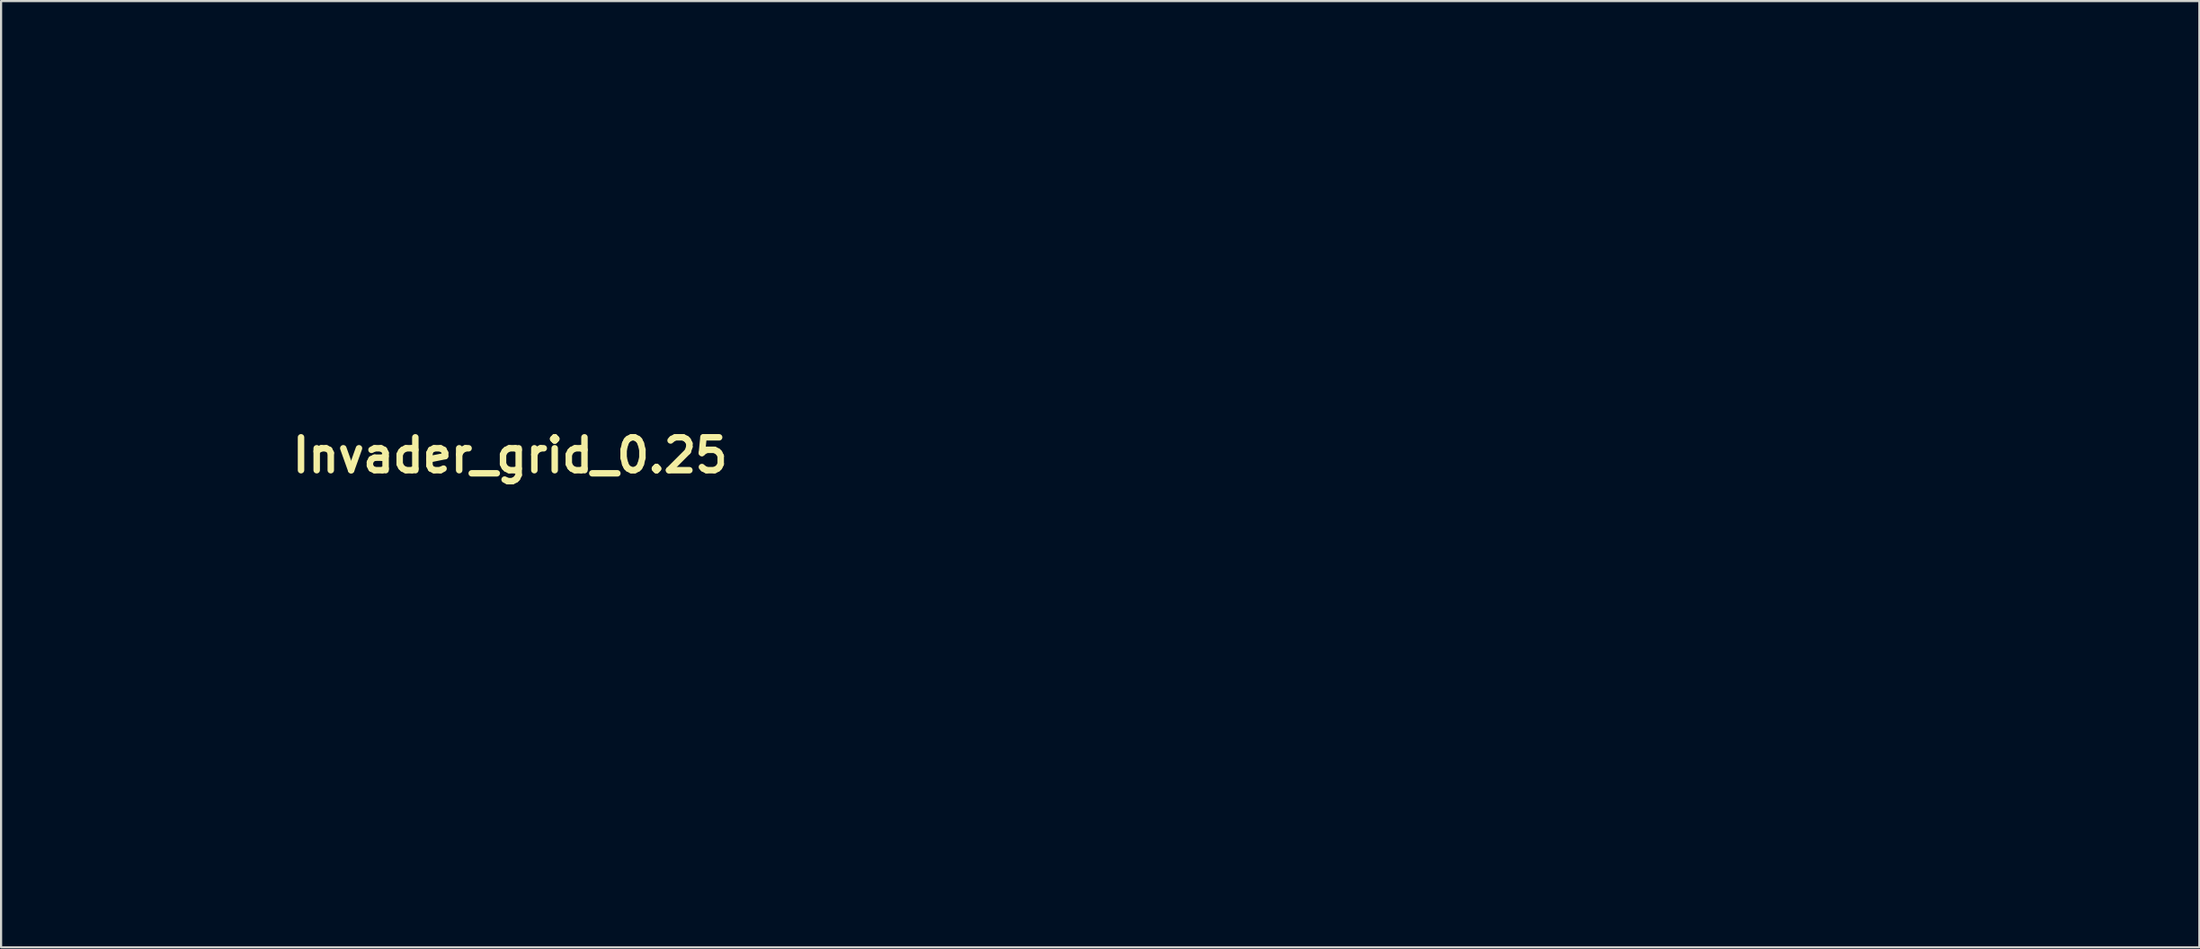
<source format=kicad_pcb>
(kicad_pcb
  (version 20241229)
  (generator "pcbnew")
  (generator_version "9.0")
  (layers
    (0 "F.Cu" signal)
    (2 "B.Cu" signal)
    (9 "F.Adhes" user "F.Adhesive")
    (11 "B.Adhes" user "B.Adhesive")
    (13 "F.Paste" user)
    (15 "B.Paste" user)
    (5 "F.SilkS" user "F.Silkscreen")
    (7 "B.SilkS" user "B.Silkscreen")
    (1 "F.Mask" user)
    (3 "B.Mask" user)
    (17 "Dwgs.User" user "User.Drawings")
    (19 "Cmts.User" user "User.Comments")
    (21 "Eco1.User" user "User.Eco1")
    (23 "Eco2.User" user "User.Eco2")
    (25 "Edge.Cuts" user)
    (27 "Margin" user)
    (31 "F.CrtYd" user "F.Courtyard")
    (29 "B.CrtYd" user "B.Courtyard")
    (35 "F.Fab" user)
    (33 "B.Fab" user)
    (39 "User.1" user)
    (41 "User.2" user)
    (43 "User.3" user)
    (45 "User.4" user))
  (footprint "Invader_grid_0.25"
    (layer "F.Cu")
    (at 20.316 18.06)
    (property "Reference" "Invader_grid_0.25" (at 0.273 0 0) (layer "F.SilkS") (effects (font (size 1.524 1.524) (thickness 0.3))))
    (attr board_only exclude_from_pos_files exclude_from_bom)
    (fp_poly (pts (xy -3.708 6.095) (xy -3.529 6.466) (xy -3.513 6.828) (xy -3.585 7.413) (xy -3.894 7.627) (xy -4.197 7.647) (xy -4.772 7.503) (xy -5.036 7.238) (xy -5.076 6.552) (xy -4.675 6.107) (xy -4.197 6.009)) (stroke (width 0.1) (type solid)) (fill no) (layer "Eco1.User"))
    (fp_poly (pts (xy -1.547 8.007) (xy -1.368 8.377) (xy -1.351 8.74) (xy -1.423 9.325) (xy -1.732 9.539) (xy -2.035 9.559) (xy -2.611 9.414) (xy -2.875 9.149) (xy -2.915 8.464) (xy -2.514 8.019) (xy -2.035 7.92)) (stroke (width 0.1) (type solid)) (fill no) (layer "Eco1.User"))
    (fp_poly (pts (xy 0.615 -7.561) (xy 0.794 -7.19) (xy 0.811 -6.828) (xy 0.738 -6.243) (xy 0.429 -6.029) (xy 0.127 -6.009) (xy -0.449 -6.153) (xy -0.713 -6.418) (xy -0.753 -7.104) (xy -0.352 -7.548) (xy 0.127 -7.647)) (stroke (width 0.1) (type solid)) (fill no) (layer "Eco1.User"))
    (fp_poly (pts (xy 2.92 8.144) (xy 3.102 8.585) (xy 3.107 8.74) (xy 2.989 9.265) (xy 2.53 9.485) (xy 2.363 9.509) (xy 1.693 9.431) (xy 1.456 9.168) (xy 1.392 8.468) (xy 1.763 8.042) (xy 2.363 7.97)) (stroke (width 0.1) (type solid)) (fill no) (layer "Eco1.User"))
    (fp_poly (pts (xy 2.942 -7.402) (xy 3.176 -6.888) (xy 3.193 -6.76) (xy 3.192 -6.236) (xy 2.918 -6.036) (xy 2.441 -6.009) (xy 1.765 -6.135) (xy 1.449 -6.418) (xy 1.393 -7.108) (xy 1.771 -7.528) (xy 2.363 -7.597)) (stroke (width 0.1) (type solid)) (fill no) (layer "Eco1.User"))
    (fp_poly (pts (xy -18.876 14.003) (xy -18.664 14.315) (xy -18.645 14.612) (xy -18.732 15.1) (xy -19.103 15.278) (xy -19.455 15.295) (xy -20.035 15.221) (xy -20.247 14.909) (xy -20.266 14.612) (xy -20.179 14.124) (xy -19.808 13.945) (xy -19.455 13.929)) (stroke (width 0.1) (type solid)) (fill no) (layer "Eco1.User"))
    (fp_poly (pts (xy -16.714 12.091) (xy -16.502 12.403) (xy -16.483 12.7) (xy -16.57 13.188) (xy -16.941 13.366) (xy -17.294 13.383) (xy -17.873 13.309) (xy -18.085 12.997) (xy -18.104 12.7) (xy -18.017 12.212) (xy -17.646 12.034) (xy -17.294 12.017)) (stroke (width 0.1) (type solid)) (fill no) (layer "Eco1.User"))
    (fp_poly (pts (xy -16.714 14.003) (xy -16.502 14.315) (xy -16.483 14.612) (xy -16.57 15.1) (xy -16.941 15.278) (xy -17.294 15.295) (xy -17.873 15.221) (xy -18.085 14.909) (xy -18.104 14.612) (xy -18.017 14.124) (xy -17.646 13.945) (xy -17.294 13.929)) (stroke (width 0.1) (type solid)) (fill no) (layer "Eco1.User"))
    (fp_poly (pts (xy -14.553 12.091) (xy -14.341 12.403) (xy -14.321 12.7) (xy -14.409 13.188) (xy -14.779 13.366) (xy -15.132 13.383) (xy -15.711 13.309) (xy -15.923 12.997) (xy -15.943 12.7) (xy -15.855 12.212) (xy -15.484 12.034) (xy -15.132 12.017)) (stroke (width 0.1) (type solid)) (fill no) (layer "Eco1.User"))
    (fp_poly (pts (xy -14.553 14.003) (xy -14.341 14.315) (xy -14.321 14.612) (xy -14.409 15.1) (xy -14.779 15.278) (xy -15.132 15.295) (xy -15.711 15.221) (xy -15.923 14.909) (xy -15.943 14.612) (xy -15.855 14.124) (xy -15.484 13.945) (xy -15.132 13.929)) (stroke (width 0.1) (type solid)) (fill no) (layer "Eco1.User"))
    (fp_poly (pts (xy -12.396 9.9) (xy -12.184 10.219) (xy -12.16 10.652) (xy -12.227 11.232) (xy -12.542 11.446) (xy -12.97 11.471) (xy -13.544 11.403) (xy -13.756 11.084) (xy -13.781 10.652) (xy -13.714 10.071) (xy -13.398 9.857) (xy -12.97 9.832)) (stroke (width 0.1) (type solid)) (fill no) (layer "Eco1.User"))
    (fp_poly (pts (xy -12.391 12.091) (xy -12.179 12.403) (xy -12.16 12.7) (xy -12.247 13.188) (xy -12.618 13.366) (xy -12.97 13.383) (xy -13.55 13.309) (xy -13.761 12.997) (xy -13.781 12.7) (xy -13.694 12.212) (xy -13.323 12.034) (xy -12.97 12.017)) (stroke (width 0.1) (type solid)) (fill no) (layer "Eco1.User"))
    (fp_poly (pts (xy -12.391 14.003) (xy -12.179 14.315) (xy -12.16 14.612) (xy -12.247 15.1) (xy -12.618 15.278) (xy -12.97 15.295) (xy -13.55 15.221) (xy -13.761 14.909) (xy -13.781 14.612) (xy -13.694 14.124) (xy -13.323 13.945) (xy -12.97 13.929)) (stroke (width 0.1) (type solid)) (fill no) (layer "Eco1.User"))
    (fp_poly (pts (xy -10.234 7.988) (xy -10.023 8.307) (xy -9.998 8.74) (xy -10.065 9.32) (xy -10.381 9.534) (xy -10.809 9.559) (xy -11.383 9.491) (xy -11.594 9.172) (xy -11.619 8.74) (xy -11.552 8.159) (xy -11.236 7.946) (xy -10.809 7.92)) (stroke (width 0.1) (type solid)) (fill no) (layer "Eco1.User"))
    (fp_poly (pts (xy -10.229 10.179) (xy -10.017 10.491) (xy -9.998 10.788) (xy -10.085 11.276) (xy -10.456 11.455) (xy -10.809 11.471) (xy -11.388 11.397) (xy -11.6 11.085) (xy -11.619 10.788) (xy -11.532 10.3) (xy -11.161 10.122) (xy -10.809 10.105)) (stroke (width 0.1) (type solid)) (fill no) (layer "Eco1.User"))
    (fp_poly (pts (xy -10.229 12.091) (xy -10.017 12.403) (xy -9.998 12.7) (xy -10.085 13.188) (xy -10.456 13.366) (xy -10.809 13.383) (xy -11.388 13.309) (xy -11.6 12.997) (xy -11.619 12.7) (xy -11.532 12.212) (xy -11.161 12.034) (xy -10.809 12.017)) (stroke (width 0.1) (type solid)) (fill no) (layer "Eco1.User"))
    (fp_poly (pts (xy -8.073 4.164) (xy -7.861 4.484) (xy -7.836 4.916) (xy -7.903 5.496) (xy -8.219 5.71) (xy -8.647 5.735) (xy -9.221 5.668) (xy -9.433 5.349) (xy -9.457 4.916) (xy -9.39 4.336) (xy -9.075 4.122) (xy -8.647 4.097)) (stroke (width 0.1) (type solid)) (fill no) (layer "Eco1.User"))
    (fp_poly (pts (xy -8.073 6.076) (xy -7.861 6.396) (xy -7.836 6.828) (xy -7.903 7.408) (xy -8.219 7.622) (xy -8.647 7.647) (xy -9.221 7.58) (xy -9.433 7.26) (xy -9.457 6.828) (xy -9.39 6.248) (xy -9.075 6.034) (xy -8.647 6.009)) (stroke (width 0.1) (type solid)) (fill no) (layer "Eco1.User"))
    (fp_poly (pts (xy -8.067 8.267) (xy -7.856 8.579) (xy -7.836 8.876) (xy -7.923 9.364) (xy -8.294 9.543) (xy -8.647 9.559) (xy -9.226 9.486) (xy -9.438 9.173) (xy -9.457 8.876) (xy -9.37 8.388) (xy -8.999 8.21) (xy -8.647 8.194)) (stroke (width 0.1) (type solid)) (fill no) (layer "Eco1.User"))
    (fp_poly (pts (xy -8.067 12.091) (xy -7.856 12.403) (xy -7.836 12.7) (xy -7.923 13.188) (xy -8.294 13.366) (xy -8.647 13.383) (xy -9.226 13.309) (xy -9.438 12.997) (xy -9.457 12.7) (xy -9.37 12.212) (xy -8.999 12.034) (xy -8.647 12.017)) (stroke (width 0.1) (type solid)) (fill no) (layer "Eco1.User"))
    (fp_poly (pts (xy -8.059 9.885) (xy -7.862 10.163) (xy -7.836 10.633) (xy -7.899 11.222) (xy -8.202 11.442) (xy -8.665 11.471) (xy -9.238 11.415) (xy -9.427 11.144) (xy -9.408 10.72) (xy -9.214 10.135) (xy -8.703 9.9) (xy -8.579 9.882)) (stroke (width 0.1) (type solid)) (fill no) (layer "Eco1.User"))
    (fp_poly (pts (xy -5.906 0.347) (xy -5.694 0.659) (xy -5.674 0.956) (xy -5.762 1.444) (xy -6.133 1.622) (xy -6.485 1.639) (xy -7.064 1.565) (xy -7.276 1.253) (xy -7.296 0.956) (xy -7.208 0.468) (xy -6.838 0.289) (xy -6.485 0.273)) (stroke (width 0.1) (type solid)) (fill no) (layer "Eco1.User"))
    (fp_poly (pts (xy -5.906 2.258) (xy -5.694 2.571) (xy -5.674 2.868) (xy -5.762 3.356) (xy -6.133 3.534) (xy -6.485 3.551) (xy -7.064 3.477) (xy -7.276 3.165) (xy -7.296 2.868) (xy -7.208 2.38) (xy -6.838 2.201) (xy -6.485 2.185)) (stroke (width 0.1) (type solid)) (fill no) (layer "Eco1.User"))
    (fp_poly (pts (xy -5.906 8.267) (xy -5.694 8.579) (xy -5.674 8.876) (xy -5.762 9.364) (xy -6.133 9.543) (xy -6.485 9.559) (xy -7.064 9.486) (xy -7.276 9.173) (xy -7.296 8.876) (xy -7.208 8.388) (xy -6.838 8.21) (xy -6.485 8.194)) (stroke (width 0.1) (type solid)) (fill no) (layer "Eco1.User"))
    (fp_poly (pts (xy -5.906 10.179) (xy -5.694 10.491) (xy -5.674 10.788) (xy -5.762 11.276) (xy -6.133 11.455) (xy -6.485 11.471) (xy -7.064 11.397) (xy -7.276 11.085) (xy -7.296 10.788) (xy -7.208 10.3) (xy -6.838 10.122) (xy -6.485 10.105)) (stroke (width 0.1) (type solid)) (fill no) (layer "Eco1.User"))
    (fp_poly (pts (xy -5.906 12.091) (xy -5.694 12.403) (xy -5.674 12.7) (xy -5.762 13.188) (xy -6.133 13.366) (xy -6.485 13.383) (xy -7.064 13.309) (xy -7.276 12.997) (xy -7.296 12.7) (xy -7.208 12.212) (xy -6.838 12.034) (xy -6.485 12.017)) (stroke (width 0.1) (type solid)) (fill no) (layer "Eco1.User"))
    (fp_poly (pts (xy -5.897 6.061) (xy -5.701 6.34) (xy -5.674 6.81) (xy -5.737 7.398) (xy -6.04 7.619) (xy -6.503 7.647) (xy -7.077 7.591) (xy -7.265 7.32) (xy -7.246 6.896) (xy -7.053 6.311) (xy -6.541 6.076) (xy -6.418 6.059)) (stroke (width 0.1) (type solid)) (fill no) (layer "Eco1.User"))
    (fp_poly (pts (xy -3.744 -1.565) (xy -3.532 -1.253) (xy -3.513 -0.956) (xy -3.6 -0.468) (xy -3.971 -0.289) (xy -4.323 -0.273) (xy -4.903 -0.347) (xy -5.115 -0.659) (xy -5.134 -0.956) (xy -5.047 -1.444) (xy -4.676 -1.622) (xy -4.323 -1.639)) (stroke (width 0.1) (type solid)) (fill no) (layer "Eco1.User"))
    (fp_poly (pts (xy -3.744 0.347) (xy -3.532 0.659) (xy -3.513 0.956) (xy -3.6 1.444) (xy -3.971 1.622) (xy -4.323 1.639) (xy -4.903 1.565) (xy -5.115 1.253) (xy -5.134 0.956) (xy -5.047 0.468) (xy -4.676 0.289) (xy -4.323 0.273)) (stroke (width 0.1) (type solid)) (fill no) (layer "Eco1.User"))
    (fp_poly (pts (xy -3.744 2.258) (xy -3.532 2.571) (xy -3.513 2.868) (xy -3.6 3.356) (xy -3.971 3.534) (xy -4.323 3.551) (xy -4.903 3.477) (xy -5.115 3.165) (xy -5.134 2.868) (xy -5.047 2.38) (xy -4.676 2.201) (xy -4.323 2.185)) (stroke (width 0.1) (type solid)) (fill no) (layer "Eco1.User"))
    (fp_poly (pts (xy -3.744 8.267) (xy -3.532 8.579) (xy -3.513 8.876) (xy -3.6 9.364) (xy -3.971 9.543) (xy -4.323 9.559) (xy -4.903 9.486) (xy -5.115 9.173) (xy -5.134 8.876) (xy -5.047 8.388) (xy -4.676 8.21) (xy -4.323 8.194)) (stroke (width 0.1) (type solid)) (fill no) (layer "Eco1.User"))
    (fp_poly (pts (xy -3.744 10.179) (xy -3.532 10.491) (xy -3.513 10.788) (xy -3.6 11.276) (xy -3.971 11.455) (xy -4.323 11.471) (xy -4.903 11.397) (xy -5.115 11.085) (xy -5.134 10.788) (xy -5.047 10.3) (xy -4.676 10.122) (xy -4.323 10.105)) (stroke (width 0.1) (type solid)) (fill no) (layer "Eco1.User"))
    (fp_poly (pts (xy -2.094 4.148) (xy -1.438 4.311) (xy -1.159 4.699) (xy -1.13 4.848) (xy -1.141 5.259) (xy -1.427 5.431) (xy -2.008 5.462) (xy -2.655 5.414) (xy -2.923 5.194) (xy -2.972 4.762) (xy -2.909 4.287) (xy -2.61 4.127)) (stroke (width 0.1) (type solid)) (fill no) (layer "Eco1.User"))
    (fp_poly (pts (xy -1.582 -5.389) (xy -1.37 -5.076) (xy -1.351 -4.78) (xy -1.438 -4.292) (xy -1.809 -4.113) (xy -2.162 -4.097) (xy -2.741 -4.17) (xy -2.953 -4.483) (xy -2.972 -4.78) (xy -2.885 -5.268) (xy -2.514 -5.446) (xy -2.162 -5.462)) (stroke (width 0.1) (type solid)) (fill no) (layer "Eco1.User"))
    (fp_poly (pts (xy -1.582 -3.477) (xy -1.37 -3.165) (xy -1.351 -2.868) (xy -1.438 -2.38) (xy -1.809 -2.201) (xy -2.162 -2.185) (xy -2.741 -2.258) (xy -2.953 -2.571) (xy -2.972 -2.868) (xy -2.885 -3.356) (xy -2.514 -3.534) (xy -2.162 -3.551)) (stroke (width 0.1) (type solid)) (fill no) (layer "Eco1.User"))
    (fp_poly (pts (xy -1.582 0.347) (xy -1.37 0.659) (xy -1.351 0.956) (xy -1.438 1.444) (xy -1.809 1.622) (xy -2.162 1.639) (xy -2.741 1.565) (xy -2.953 1.253) (xy -2.972 0.956) (xy -2.885 0.468) (xy -2.514 0.289) (xy -2.162 0.273)) (stroke (width 0.1) (type solid)) (fill no) (layer "Eco1.User"))
    (fp_poly (pts (xy -1.582 6.082) (xy -1.37 6.394) (xy -1.351 6.691) (xy -1.438 7.179) (xy -1.809 7.358) (xy -2.162 7.374) (xy -2.741 7.301) (xy -2.953 6.988) (xy -2.972 6.691) (xy -2.885 6.203) (xy -2.514 6.025) (xy -2.162 6.009)) (stroke (width 0.1) (type solid)) (fill no) (layer "Eco1.User"))
    (fp_poly (pts (xy -1.574 -7.595) (xy -1.377 -7.316) (xy -1.351 -6.846) (xy -1.414 -6.258) (xy -1.717 -6.037) (xy -2.18 -6.009) (xy -2.753 -6.065) (xy -2.942 -6.335) (xy -2.923 -6.76) (xy -2.729 -7.345) (xy -2.218 -7.58) (xy -2.094 -7.597)) (stroke (width 0.1) (type solid)) (fill no) (layer "Eco1.User"))
    (fp_poly (pts (xy -1.387 -1.588) (xy -1.125 -1.358) (xy -1.081 -0.956) (xy -1.152 -0.494) (xy -1.469 -0.305) (xy -2.027 -0.273) (xy -2.666 -0.324) (xy -2.928 -0.554) (xy -2.972 -0.956) (xy -2.902 -1.418) (xy -2.584 -1.607) (xy -2.027 -1.639)) (stroke (width 0.1) (type solid)) (fill no) (layer "Eco1.User"))
    (fp_poly (pts (xy -1.387 2.236) (xy -1.125 2.466) (xy -1.081 2.868) (xy -1.152 3.329) (xy -1.469 3.519) (xy -2.027 3.551) (xy -2.666 3.5) (xy -2.928 3.27) (xy -2.972 2.868) (xy -2.902 2.406) (xy -2.584 2.217) (xy -2.027 2.185)) (stroke (width 0.1) (type solid)) (fill no) (layer "Eco1.User"))
    (fp_poly (pts (xy 0.579 -3.477) (xy 0.791 -3.165) (xy 0.811 -2.868) (xy 0.723 -2.38) (xy 0.353 -2.201) (xy 0 -2.185) (xy -0.579 -2.258) (xy -0.791 -2.571) (xy -0.811 -2.868) (xy -0.723 -3.356) (xy -0.353 -3.534) (xy 0 -3.551)) (stroke (width 0.1) (type solid)) (fill no) (layer "Eco1.User"))
    (fp_poly (pts (xy 0.579 0.347) (xy 0.791 0.659) (xy 0.811 0.956) (xy 0.723 1.444) (xy 0.353 1.622) (xy 0 1.639) (xy -0.579 1.565) (xy -0.791 1.253) (xy -0.811 0.956) (xy -0.723 0.468) (xy -0.353 0.289) (xy 0 0.273)) (stroke (width 0.1) (type solid)) (fill no) (layer "Eco1.User"))
    (fp_poly (pts (xy 0.579 8.267) (xy 0.791 8.579) (xy 0.811 8.876) (xy 0.723 9.364) (xy 0.353 9.543) (xy 0 9.559) (xy -0.579 9.486) (xy -0.791 9.173) (xy -0.811 8.876) (xy -0.723 8.388) (xy -0.353 8.21) (xy 0 8.194)) (stroke (width 0.1) (type solid)) (fill no) (layer "Eco1.User"))
    (fp_poly (pts (xy 0.588 -5.683) (xy 0.784 -5.404) (xy 0.811 -4.934) (xy 0.748 -4.346) (xy 0.445 -4.125) (xy -0.018 -4.097) (xy -0.592 -4.153) (xy -0.78 -4.424) (xy -0.761 -4.848) (xy -0.568 -5.433) (xy -0.056 -5.668) (xy 0.068 -5.685)) (stroke (width 0.1) (type solid)) (fill no) (layer "Eco1.User"))
    (fp_poly (pts (xy 0.649 -1.526) (xy 0.808 -1.082) (xy 0.811 -0.956) (xy 0.699 -0.436) (xy 0.26 -0.276) (xy 0.135 -0.273) (xy -0.379 -0.386) (xy -0.538 -0.83) (xy -0.54 -0.956) (xy -0.429 -1.476) (xy 0.011 -1.636) (xy 0.135 -1.639)) (stroke (width 0.1) (type solid)) (fill no) (layer "Eco1.User"))
    (fp_poly (pts (xy 0.649 2.298) (xy 0.808 2.742) (xy 0.811 2.868) (xy 0.699 3.387) (xy 0.26 3.548) (xy 0.135 3.551) (xy -0.379 3.438) (xy -0.538 2.994) (xy -0.54 2.868) (xy -0.429 2.348) (xy 0.011 2.188) (xy 0.135 2.185)) (stroke (width 0.1) (type solid)) (fill no) (layer "Eco1.User"))
    (fp_poly (pts (xy 0.746 -9.326) (xy 1.003 -8.96) (xy 1.032 -8.808) (xy 1.022 -8.4) (xy 0.741 -8.227) (xy 0.135 -8.194) (xy -0.512 -8.236) (xy -0.762 -8.426) (xy -0.762 -8.808) (xy -0.57 -9.261) (xy -0.067 -9.417) (xy 0.135 -9.423)) (stroke (width 0.1) (type solid)) (fill no) (layer "Eco1.User"))
    (fp_poly (pts (xy 0.775 -17.155) (xy 1.037 -16.926) (xy 1.081 -16.524) (xy 1.01 -16.062) (xy 0.692 -15.873) (xy 0.135 -15.841) (xy -0.504 -15.892) (xy -0.766 -16.121) (xy -0.811 -16.524) (xy -0.74 -16.985) (xy -0.422 -17.174) (xy 0.135 -17.206)) (stroke (width 0.1) (type solid)) (fill no) (layer "Eco1.User"))
    (fp_poly (pts (xy 0.775 -15.244) (xy 1.037 -15.014) (xy 1.081 -14.612) (xy 1.01 -14.15) (xy 0.692 -13.961) (xy 0.135 -13.929) (xy -0.504 -13.98) (xy -0.766 -14.21) (xy -0.811 -14.612) (xy -0.74 -15.074) (xy -0.422 -15.263) (xy 0.135 -15.295)) (stroke (width 0.1) (type solid)) (fill no) (layer "Eco1.User"))
    (fp_poly (pts (xy 0.775 -13.332) (xy 1.037 -13.102) (xy 1.081 -12.7) (xy 1.01 -12.238) (xy 0.692 -12.049) (xy 0.135 -12.017) (xy -0.504 -12.068) (xy -0.766 -12.298) (xy -0.811 -12.7) (xy -0.74 -13.162) (xy -0.422 -13.351) (xy 0.135 -13.383)) (stroke (width 0.1) (type solid)) (fill no) (layer "Eco1.User"))
    (fp_poly (pts (xy 2.936 -5.411) (xy 3.198 -5.182) (xy 3.243 -4.78) (xy 3.172 -4.318) (xy 2.854 -4.129) (xy 2.297 -4.097) (xy 1.657 -4.148) (xy 1.395 -4.377) (xy 1.351 -4.78) (xy 1.422 -5.241) (xy 1.74 -5.43) (xy 2.297 -5.462)) (stroke (width 0.1) (type solid)) (fill no) (layer "Eco1.User"))
    (fp_poly (pts (xy 2.936 -3.5) (xy 3.198 -3.27) (xy 3.243 -2.868) (xy 3.172 -2.406) (xy 2.854 -2.217) (xy 2.297 -2.185) (xy 1.657 -2.236) (xy 1.395 -2.466) (xy 1.351 -2.868) (xy 1.422 -3.329) (xy 1.74 -3.519) (xy 2.297 -3.551)) (stroke (width 0.1) (type solid)) (fill no) (layer "Eco1.User"))
    (fp_poly (pts (xy 2.936 -1.588) (xy 3.198 -1.358) (xy 3.243 -0.956) (xy 3.172 -0.494) (xy 2.854 -0.305) (xy 2.297 -0.273) (xy 1.657 -0.324) (xy 1.395 -0.554) (xy 1.351 -0.956) (xy 1.422 -1.418) (xy 1.74 -1.607) (xy 2.297 -1.639)) (stroke (width 0.1) (type solid)) (fill no) (layer "Eco1.User"))
    (fp_poly (pts (xy 2.936 0.324) (xy 3.198 0.554) (xy 3.243 0.956) (xy 3.172 1.418) (xy 2.854 1.607) (xy 2.297 1.639) (xy 1.657 1.588) (xy 1.395 1.358) (xy 1.351 0.956) (xy 1.422 0.494) (xy 1.74 0.305) (xy 2.297 0.273)) (stroke (width 0.1) (type solid)) (fill no) (layer "Eco1.User"))
    (fp_poly (pts (xy 2.936 2.236) (xy 3.198 2.466) (xy 3.243 2.868) (xy 3.172 3.329) (xy 2.854 3.519) (xy 2.297 3.551) (xy 1.657 3.5) (xy 1.395 3.27) (xy 1.351 2.868) (xy 1.422 2.406) (xy 1.74 2.217) (xy 2.297 2.185)) (stroke (width 0.1) (type solid)) (fill no) (layer "Eco1.User"))
    (fp_poly (pts (xy 3.206 4.354) (xy 3.243 4.762) (xy 3.177 5.232) (xy 2.873 5.427) (xy 2.278 5.462) (xy 1.639 5.418) (xy 1.397 5.221) (xy 1.4 4.848) (xy 1.607 4.384) (xy 2.153 4.174) (xy 2.364 4.148) (xy 2.968 4.139)) (stroke (width 0.1) (type solid)) (fill no) (layer "Eco1.User"))
    (fp_poly (pts (xy 3.206 6.266) (xy 3.243 6.674) (xy 3.177 7.144) (xy 2.873 7.338) (xy 2.278 7.374) (xy 1.639 7.33) (xy 1.397 7.133) (xy 1.4 6.76) (xy 1.607 6.296) (xy 2.153 6.086) (xy 2.364 6.06) (xy 2.968 6.051)) (stroke (width 0.1) (type solid)) (fill no) (layer "Eco1.User"))
    (fp_poly (pts (xy 4.526 6.059) (xy 5.083 6.233) (xy 5.264 6.676) (xy 5.269 6.828) (xy 5.15 7.353) (xy 4.691 7.573) (xy 4.526 7.597) (xy 4.009 7.596) (xy 3.811 7.324) (xy 3.783 6.828) (xy 3.836 6.239) (xy 4.093 6.041)) (stroke (width 0.1) (type solid)) (fill no) (layer "Eco1.User"))
    (fp_poly (pts (xy 5.173 -1.565) (xy 5.385 -1.253) (xy 5.404 -0.956) (xy 5.317 -0.468) (xy 4.946 -0.289) (xy 4.594 -0.273) (xy 4.014 -0.347) (xy 3.802 -0.659) (xy 3.783 -0.956) (xy 3.87 -1.444) (xy 4.241 -1.622) (xy 4.594 -1.639)) (stroke (width 0.1) (type solid)) (fill no) (layer "Eco1.User"))
    (fp_poly (pts (xy 5.173 0.347) (xy 5.385 0.659) (xy 5.404 0.956) (xy 5.317 1.444) (xy 4.946 1.622) (xy 4.594 1.639) (xy 4.014 1.565) (xy 3.802 1.253) (xy 3.783 0.956) (xy 3.87 0.468) (xy 4.241 0.289) (xy 4.594 0.273)) (stroke (width 0.1) (type solid)) (fill no) (layer "Eco1.User"))
    (fp_poly (pts (xy 5.173 2.258) (xy 5.385 2.571) (xy 5.404 2.868) (xy 5.317 3.356) (xy 4.946 3.534) (xy 4.594 3.551) (xy 4.014 3.477) (xy 3.802 3.165) (xy 3.783 2.868) (xy 3.87 2.38) (xy 4.241 2.201) (xy 4.594 2.185)) (stroke (width 0.1) (type solid)) (fill no) (layer "Eco1.User"))
    (fp_poly (pts (xy 5.173 8.267) (xy 5.385 8.579) (xy 5.404 8.876) (xy 5.317 9.364) (xy 4.946 9.543) (xy 4.594 9.559) (xy 4.014 9.486) (xy 3.802 9.173) (xy 3.783 8.876) (xy 3.87 8.388) (xy 4.241 8.21) (xy 4.594 8.194)) (stroke (width 0.1) (type solid)) (fill no) (layer "Eco1.User"))
    (fp_poly (pts (xy 5.173 10.179) (xy 5.385 10.491) (xy 5.404 10.788) (xy 5.317 11.276) (xy 4.946 11.455) (xy 4.594 11.471) (xy 4.014 11.397) (xy 3.802 11.085) (xy 3.783 10.788) (xy 3.87 10.3) (xy 4.241 10.122) (xy 4.594 10.105)) (stroke (width 0.1) (type solid)) (fill no) (layer "Eco1.User"))
    (fp_poly (pts (xy 6.688 6.059) (xy 7.267 6.254) (xy 7.499 6.771) (xy 7.516 6.896) (xy 7.514 7.422) (xy 7.238 7.621) (xy 6.773 7.647) (xy 6.191 7.584) (xy 5.973 7.277) (xy 5.945 6.81) (xy 6 6.23) (xy 6.268 6.04)) (stroke (width 0.1) (type solid)) (fill no) (layer "Eco1.User"))
    (fp_poly (pts (xy 7.335 0.347) (xy 7.547 0.659) (xy 7.566 0.956) (xy 7.479 1.444) (xy 7.108 1.622) (xy 6.755 1.639) (xy 6.176 1.565) (xy 5.964 1.253) (xy 5.945 0.956) (xy 6.032 0.468) (xy 6.403 0.289) (xy 6.755 0.273)) (stroke (width 0.1) (type solid)) (fill no) (layer "Eco1.User"))
    (fp_poly (pts (xy 7.335 2.258) (xy 7.547 2.571) (xy 7.566 2.868) (xy 7.479 3.356) (xy 7.108 3.534) (xy 6.755 3.551) (xy 6.176 3.477) (xy 5.964 3.165) (xy 5.945 2.868) (xy 6.032 2.38) (xy 6.403 2.201) (xy 6.755 2.185)) (stroke (width 0.1) (type solid)) (fill no) (layer "Eco1.User"))
    (fp_poly (pts (xy 7.335 8.267) (xy 7.547 8.579) (xy 7.566 8.876) (xy 7.479 9.364) (xy 7.108 9.543) (xy 6.755 9.559) (xy 6.176 9.486) (xy 5.964 9.173) (xy 5.945 8.876) (xy 6.032 8.388) (xy 6.403 8.21) (xy 6.755 8.194)) (stroke (width 0.1) (type solid)) (fill no) (layer "Eco1.User"))
    (fp_poly (pts (xy 7.335 10.179) (xy 7.547 10.491) (xy 7.566 10.788) (xy 7.479 11.276) (xy 7.108 11.455) (xy 6.755 11.471) (xy 6.176 11.397) (xy 5.964 11.085) (xy 5.945 10.788) (xy 6.032 10.3) (xy 6.403 10.122) (xy 6.755 10.105)) (stroke (width 0.1) (type solid)) (fill no) (layer "Eco1.User"))
    (fp_poly (pts (xy 7.335 12.091) (xy 7.547 12.403) (xy 7.566 12.7) (xy 7.479 13.188) (xy 7.108 13.366) (xy 6.755 13.383) (xy 6.176 13.309) (xy 5.964 12.997) (xy 5.945 12.7) (xy 6.032 12.212) (xy 6.403 12.034) (xy 6.755 12.017)) (stroke (width 0.1) (type solid)) (fill no) (layer "Eco1.User"))
    (fp_poly (pts (xy 7.347 4.153) (xy 7.535 4.424) (xy 7.516 4.848) (xy 7.323 5.433) (xy 6.812 5.668) (xy 6.688 5.685) (xy 6.168 5.683) (xy 5.971 5.404) (xy 5.945 4.934) (xy 6.007 4.346) (xy 6.311 4.125) (xy 6.773 4.097)) (stroke (width 0.1) (type solid)) (fill no) (layer "Eco1.User"))
    (fp_poly (pts (xy 8.849 9.882) (xy 9.428 10.078) (xy 9.661 10.595) (xy 9.678 10.72) (xy 9.676 11.246) (xy 9.4 11.444) (xy 8.935 11.471) (xy 8.353 11.407) (xy 8.135 11.101) (xy 8.106 10.633) (xy 8.162 10.054) (xy 8.43 9.863)) (stroke (width 0.1) (type solid)) (fill no) (layer "Eco1.User"))
    (fp_poly (pts (xy 9.491 4.164) (xy 9.703 4.484) (xy 9.728 4.916) (xy 9.661 5.496) (xy 9.345 5.71) (xy 8.917 5.735) (xy 8.343 5.668) (xy 8.131 5.349) (xy 8.106 4.916) (xy 8.173 4.336) (xy 8.489 4.122) (xy 8.917 4.097)) (stroke (width 0.1) (type solid)) (fill no) (layer "Eco1.User"))
    (fp_poly (pts (xy 9.491 6.076) (xy 9.703 6.396) (xy 9.728 6.828) (xy 9.661 7.408) (xy 9.345 7.622) (xy 8.917 7.647) (xy 8.343 7.58) (xy 8.131 7.26) (xy 8.106 6.828) (xy 8.173 6.248) (xy 8.489 6.034) (xy 8.917 6.009)) (stroke (width 0.1) (type solid)) (fill no) (layer "Eco1.User"))
    (fp_poly (pts (xy 9.496 8.267) (xy 9.708 8.579) (xy 9.728 8.876) (xy 9.64 9.364) (xy 9.27 9.543) (xy 8.917 9.559) (xy 8.338 9.486) (xy 8.126 9.173) (xy 8.106 8.876) (xy 8.194 8.388) (xy 8.565 8.21) (xy 8.917 8.194)) (stroke (width 0.1) (type solid)) (fill no) (layer "Eco1.User"))
    (fp_poly (pts (xy 9.496 12.091) (xy 9.708 12.403) (xy 9.728 12.7) (xy 9.64 13.188) (xy 9.27 13.366) (xy 8.917 13.383) (xy 8.338 13.309) (xy 8.126 12.997) (xy 8.106 12.7) (xy 8.194 12.212) (xy 8.565 12.034) (xy 8.917 12.017)) (stroke (width 0.1) (type solid)) (fill no) (layer "Eco1.User"))
    (fp_poly (pts (xy 11.653 7.988) (xy 11.865 8.307) (xy 11.889 8.74) (xy 11.822 9.32) (xy 11.507 9.534) (xy 11.079 9.559) (xy 10.505 9.491) (xy 10.293 9.172) (xy 10.268 8.74) (xy 10.335 8.159) (xy 10.651 7.946) (xy 11.079 7.92)) (stroke (width 0.1) (type solid)) (fill no) (layer "Eco1.User"))
    (fp_poly (pts (xy 11.658 10.179) (xy 11.87 10.491) (xy 11.889 10.788) (xy 11.802 11.276) (xy 11.431 11.455) (xy 11.079 11.471) (xy 10.499 11.397) (xy 10.287 11.085) (xy 10.268 10.788) (xy 10.355 10.3) (xy 10.726 10.122) (xy 11.079 10.105)) (stroke (width 0.1) (type solid)) (fill no) (layer "Eco1.User"))
    (fp_poly (pts (xy 11.658 12.091) (xy 11.87 12.403) (xy 11.889 12.7) (xy 11.802 13.188) (xy 11.431 13.366) (xy 11.079 13.383) (xy 10.499 13.309) (xy 10.287 12.997) (xy 10.268 12.7) (xy 10.355 12.212) (xy 10.726 12.034) (xy 11.079 12.017)) (stroke (width 0.1) (type solid)) (fill no) (layer "Eco1.User"))
    (fp_poly (pts (xy 13.815 9.9) (xy 14.026 10.219) (xy 14.051 10.652) (xy 13.984 11.232) (xy 13.668 11.446) (xy 13.24 11.471) (xy 12.666 11.403) (xy 12.455 11.084) (xy 12.43 10.652) (xy 12.497 10.071) (xy 12.813 9.857) (xy 13.24 9.832)) (stroke (width 0.1) (type solid)) (fill no) (layer "Eco1.User"))
    (fp_poly (pts (xy 13.82 12.091) (xy 14.032 12.403) (xy 14.051 12.7) (xy 13.964 13.188) (xy 13.593 13.366) (xy 13.24 13.383) (xy 12.661 13.309) (xy 12.449 12.997) (xy 12.43 12.7) (xy 12.517 12.212) (xy 12.888 12.034) (xy 13.24 12.017)) (stroke (width 0.1) (type solid)) (fill no) (layer "Eco1.User"))
    (fp_poly (pts (xy 13.82 14.003) (xy 14.032 14.315) (xy 14.051 14.612) (xy 13.964 15.1) (xy 13.593 15.278) (xy 13.24 15.295) (xy 12.661 15.221) (xy 12.449 14.909) (xy 12.43 14.612) (xy 12.517 14.124) (xy 12.888 13.945) (xy 13.24 13.929)) (stroke (width 0.1) (type solid)) (fill no) (layer "Eco1.User"))
    (fp_poly (pts (xy 15.981 12.091) (xy 16.193 12.403) (xy 16.213 12.7) (xy 16.126 13.188) (xy 15.755 13.366) (xy 15.402 13.383) (xy 14.823 13.309) (xy 14.611 12.997) (xy 14.591 12.7) (xy 14.679 12.212) (xy 15.05 12.034) (xy 15.402 12.017)) (stroke (width 0.1) (type solid)) (fill no) (layer "Eco1.User"))
    (fp_poly (pts (xy 15.981 14.003) (xy 16.193 14.315) (xy 16.213 14.612) (xy 16.126 15.1) (xy 15.755 15.278) (xy 15.402 15.295) (xy 14.823 15.221) (xy 14.611 14.909) (xy 14.591 14.612) (xy 14.679 14.124) (xy 15.05 13.945) (xy 15.402 13.929)) (stroke (width 0.1) (type solid)) (fill no) (layer "Eco1.User"))
    (fp_poly (pts (xy 18.143 12.091) (xy 18.355 12.403) (xy 18.374 12.7) (xy 18.287 13.188) (xy 17.916 13.366) (xy 17.564 13.383) (xy 16.984 13.309) (xy 16.773 12.997) (xy 16.753 12.7) (xy 16.84 12.212) (xy 17.211 12.034) (xy 17.564 12.017)) (stroke (width 0.1) (type solid)) (fill no) (layer "Eco1.User"))
    (fp_poly (pts (xy 18.143 14.003) (xy 18.355 14.315) (xy 18.374 14.612) (xy 18.287 15.1) (xy 17.916 15.278) (xy 17.564 15.295) (xy 16.984 15.221) (xy 16.773 14.909) (xy 16.753 14.612) (xy 16.84 14.124) (xy 17.211 13.945) (xy 17.564 13.929)) (stroke (width 0.1) (type solid)) (fill no) (layer "Eco1.User"))
    (fp_poly (pts (xy 20.305 14.003) (xy 20.517 14.315) (xy 20.536 14.612) (xy 20.449 15.1) (xy 20.078 15.278) (xy 19.726 15.295) (xy 19.146 15.221) (xy 18.934 14.909) (xy 18.915 14.612) (xy 19.002 14.124) (xy 19.373 13.945) (xy 19.726 13.929)) (stroke (width 0.1) (type solid)) (fill no) (layer "Eco1.User"))
    (fp_poly (pts (xy -5.911 4.164) (xy -5.699 4.484) (xy -5.674 4.916) (xy -5.75 5.505) (xy -6.059 5.719) (xy -6.305 5.735) (xy -6.872 5.665) (xy -7.116 5.553) (xy -7.258 5.163) (xy -7.296 4.734) (xy -7.198 4.276) (xy -6.801 4.11) (xy -6.485 4.097)) (stroke (width 0.1) (type solid)) (fill no) (layer "Eco1.User"))
    (fp_poly (pts (xy 0.574 6.076) (xy 0.786 6.396) (xy 0.811 6.828) (xy 0.735 7.417) (xy 0.426 7.631) (xy 0.18 7.647) (xy -0.387 7.577) (xy -0.63 7.465) (xy -0.773 7.074) (xy -0.811 6.646) (xy -0.713 6.188) (xy -0.316 6.022) (xy 0 6.009)) (stroke (width 0.1) (type solid)) (fill no) (layer "Eco1.User"))
    (fp_poly (pts (xy -1.434 10.052) (xy -1.184 10.406) (xy -1.13 10.72) (xy -1.123 11.217) (xy -1.353 11.426) (xy -1.965 11.471) (xy -2.027 11.471) (xy -2.672 11.433) (xy -2.924 11.24) (xy -2.928 10.767) (xy -2.923 10.72) (xy -2.771 10.18) (xy -2.367 9.985) (xy -2.027 9.969)) (stroke (width 0.1) (type solid)) (fill no) (layer "Eco1.User"))
    (fp_poly (pts (xy 0.79 -11.432) (xy 1.035 -11.231) (xy 1.034 -10.742) (xy 1.031 -10.72) (xy 0.83 -10.127) (xy 0.317 -9.895) (xy 0.26 -9.888) (xy -0.33 -9.895) (xy -0.618 -10.002) (xy -0.77 -10.404) (xy -0.811 -10.834) (xy -0.733 -11.263) (xy -0.397 -11.441) (xy 0.153 -11.471)) (stroke (width 0.1) (type solid)) (fill no) (layer "Eco1.User"))
    (fp_poly (pts (xy 2.889 10.052) (xy 3.14 10.406) (xy 3.193 10.72) (xy 3.201 11.217) (xy 2.971 11.426) (xy 2.358 11.471) (xy 2.297 11.471) (xy 1.652 11.433) (xy 1.4 11.24) (xy 1.395 10.767) (xy 1.401 10.72) (xy 1.552 10.18) (xy 1.956 9.985) (xy 2.297 9.969)) (stroke (width 0.1) (type solid)) (fill no) (layer "Eco1.User"))
    (fp_poly (pts (xy 0.752 11.541) (xy 1.174 11.806) (xy 1.436 12.349) (xy 1.573 13.251) (xy 1.62 14.595) (xy 1.621 15.002) (xy 1.621 17.753) (xy -1.351 17.753) (xy -1.351 16.524) (xy -0.811 16.524) (xy -0.74 16.985) (xy -0.422 17.174) (xy 0.135 17.206) (xy 0.775 17.155) (xy 1.037 16.926) (xy 1.081 16.524) (xy 1.01 16.062) (xy 0.692 15.873) (xy 0.135 15.841) (xy -0.504 15.892) (xy -0.766 16.121) (xy -0.811 16.524) (xy -1.351 16.524) (xy -1.351 15.002) (xy -1.343 14.612) (xy -0.811 14.612) (xy -0.74 15.074) (xy -0.422 15.263) (xy 0.135 15.295) (xy 0.775 15.244) (xy 1.037 15.014) (xy 1.081 14.612) (xy 1.01 14.15) (xy 0.692 13.961) (xy 0.135 13.929) (xy -0.504 13.98) (xy -0.766 14.21) (xy -0.811 14.612) (xy -1.343 14.612) (xy -1.322 13.537) (xy -1.228 12.7) (xy -0.811 12.7) (xy -0.74 13.162) (xy -0.422 13.351) (xy 0.135 13.383) (xy 0.775 13.332) (xy 1.037 13.102) (xy 1.081 12.7) (xy 1.01 12.238) (xy 0.692 12.049) (xy 0.135 12.017) (xy -0.504 12.068) (xy -0.766 12.298) (xy -0.811 12.7) (xy -1.228 12.7) (xy -1.21 12.534) (xy -0.981 11.911) (xy -0.602 11.585) (xy -0.036 11.475) (xy 0.135 11.471)) (stroke (width 0.1) (type solid)) (fill no) (layer "Eco1.User"))
    (fp_poly (pts (xy 10.268 -16.797) (xy 10.301 -16.185) (xy 10.503 -15.913) (xy 11.03 -15.843) (xy 11.349 -15.841) (xy 12.43 -15.841) (xy 12.43 -7.647) (xy 10.268 -7.647) (xy 10.268 -3.551) (xy 8.106 -3.551) (xy 8.106 -1.912) (xy 8.065 -1.039) (xy 7.958 -0.447) (xy 7.836 -0.273) (xy 7.633 -0.507) (xy 7.566 -0.956) (xy 7.458 -1.471) (xy 7.029 -1.634) (xy 6.871 -1.639) (xy 6.047 -1.856) (xy 5.524 -2.432) (xy 5.43 -2.868) (xy 5.945 -2.868) (xy 6.032 -2.38) (xy 6.403 -2.201) (xy 6.755 -2.185) (xy 7.335 -2.258) (xy 7.547 -2.571) (xy 7.566 -2.868) (xy 7.479 -3.356) (xy 7.108 -3.534) (xy 6.755 -3.551) (xy 6.176 -3.477) (xy 5.964 -3.165) (xy 5.945 -2.868) (xy 5.43 -2.868) (xy 5.404 -2.985) (xy 5.285 -3.397) (xy 4.831 -3.543) (xy 4.594 -3.551) (xy 4.024 -3.63) (xy 3.783 -3.82) (xy 3.783 -3.824) (xy 4.018 -4.014) (xy 4.587 -4.097) (xy 4.612 -4.097) (xy 5.185 -4.153) (xy 5.374 -4.424) (xy 5.363 -4.654) (xy 5.722 -4.654) (xy 6.121 -4.219) (xy 6.765 -4.097) (xy 7.343 -4.152) (xy 7.535 -4.417) (xy 7.516 -4.848) (xy 7.494 -4.916) (xy 8.106 -4.916) (xy 8.173 -4.336) (xy 8.489 -4.122) (xy 8.917 -4.097) (xy 9.491 -4.164) (xy 9.703 -4.484) (xy 9.728 -4.916) (xy 9.661 -5.496) (xy 9.345 -5.71) (xy 8.917 -5.735) (xy 8.343 -5.668) (xy 8.131 -5.349) (xy 8.106 -4.916) (xy 7.494 -4.916) (xy 7.323 -5.432) (xy 6.813 -5.668) (xy 6.686 -5.685) (xy 6.016 -5.608) (xy 5.779 -5.344) (xy 5.722 -4.654) (xy 5.363 -4.654) (xy 5.355 -4.847) (xy 5.158 -5.431) (xy 4.636 -5.717) (xy 4.459 -5.758) (xy 3.648 -5.919) (xy 4.459 -6.032) (xy 5.101 -6.255) (xy 5.353 -6.745) (xy 5.356 -6.761) (xy 5.359 -6.99) (xy 5.698 -6.99) (xy 5.779 -6.4) (xy 6.173 -6.078) (xy 6.686 -6.059) (xy 7.266 -6.254) (xy 7.499 -6.768) (xy 7.507 -6.828) (xy 8.106 -6.828) (xy 8.173 -6.248) (xy 8.489 -6.034) (xy 8.917 -6.009) (xy 9.491 -6.076) (xy 9.703 -6.396) (xy 9.728 -6.828) (xy 9.661 -7.408) (xy 9.345 -7.622) (xy 8.917 -7.647) (xy 8.343 -7.58) (xy 8.131 -7.26) (xy 8.106 -6.828) (xy 7.507 -6.828) (xy 7.516 -6.896) (xy 7.515 -7.42) (xy 7.242 -7.62) (xy 6.765 -7.647) (xy 6.024 -7.472) (xy 5.698 -6.99) (xy 5.359 -6.99) (xy 5.361 -7.164) (xy 5.154 -7.42) (xy 4.615 -7.617) (xy 4.004 -7.762) (xy 3.416 -8.056) (xy 3.193 -8.671) (xy 3.124 -8.876) (xy 3.783 -8.876) (xy 3.87 -8.388) (xy 4.241 -8.21) (xy 4.594 -8.194) (xy 5.173 -8.267) (xy 5.385 -8.579) (xy 5.4 -8.808) (xy 5.723 -8.808) (xy 5.735 -8.397) (xy 6.021 -8.225) (xy 6.601 -8.194) (xy 7.248 -8.241) (xy 7.517 -8.462) (xy 7.564 -8.876) (xy 8.106 -8.876) (xy 8.194 -8.388) (xy 8.565 -8.21) (xy 8.917 -8.194) (xy 9.496 -8.267) (xy 9.708 -8.579) (xy 9.719 -8.74) (xy 10.268 -8.74) (xy 10.335 -8.159) (xy 10.651 -7.946) (xy 11.079 -7.92) (xy 11.653 -7.988) (xy 11.865 -8.307) (xy 11.889 -8.74) (xy 11.822 -9.32) (xy 11.507 -9.534) (xy 11.079 -9.559) (xy 10.505 -9.491) (xy 10.293 -9.172) (xy 10.268 -8.74) (xy 9.719 -8.74) (xy 9.728 -8.876) (xy 9.64 -9.364) (xy 9.27 -9.543) (xy 8.917 -9.559) (xy 8.338 -9.486) (xy 8.126 -9.173) (xy 8.106 -8.876) (xy 7.564 -8.876) (xy 7.566 -8.894) (xy 7.503 -9.369) (xy 7.204 -9.529) (xy 6.688 -9.508) (xy 6.031 -9.345) (xy 5.752 -8.957) (xy 5.723 -8.808) (xy 5.4 -8.808) (xy 5.404 -8.876) (xy 5.317 -9.364) (xy 4.946 -9.543) (xy 4.594 -9.559) (xy 4.014 -9.486) (xy 3.802 -9.173) (xy 3.783 -8.876) (xy 3.124 -8.876) (xy 2.996 -9.255) (xy 2.474 -9.541) (xy 2.297 -9.581) (xy 1.486 -9.742) (xy 2.297 -9.856) (xy 2.906 -10.048) (xy 3.159 -10.503) (xy 3.193 -10.72) (xy 3.191 -11.246) (xy 2.915 -11.444) (xy 2.45 -11.471) (xy 1.873 -11.553) (xy 1.622 -11.752) (xy 1.621 -11.761) (xy 1.862 -11.934) (xy 2.482 -11.975) (xy 2.635 -11.965) (xy 3.308 -11.861) (xy 3.615 -11.597) (xy 3.73 -11.021) (xy 3.733 -10.993) (xy 3.817 -10.105) (xy 7.566 -10.105) (xy 7.566 -10.652) (xy 8.106 -10.652) (xy 8.173 -10.071) (xy 8.489 -9.857) (xy 8.917 -9.832) (xy 9.491 -9.9) (xy 9.703 -10.219) (xy 9.728 -10.652) (xy 9.712 -10.788) (xy 10.268 -10.788) (xy 10.355 -10.3) (xy 10.726 -10.122) (xy 11.079 -10.105) (xy 11.658 -10.179) (xy 11.87 -10.491) (xy 11.889 -10.788) (xy 11.802 -11.276) (xy 11.431 -11.455) (xy 11.079 -11.471) (xy 10.499 -11.397) (xy 10.287 -11.085) (xy 10.268 -10.788) (xy 9.712 -10.788) (xy 9.661 -11.232) (xy 9.345 -11.446) (xy 8.917 -11.471) (xy 8.343 -11.403) (xy 8.131 -11.084) (xy 8.106 -10.652) (xy 7.566 -10.652) (xy 7.566 -12.7) (xy 8.106 -12.7) (xy 8.194 -12.212) (xy 8.565 -12.034) (xy 8.917 -12.017) (xy 9.496 -12.091) (xy 9.708 -12.403) (xy 9.728 -12.7) (xy 10.268 -12.7) (xy 10.355 -12.212) (xy 10.726 -12.034) (xy 11.079 -12.017) (xy 11.658 -12.091) (xy 11.87 -12.403) (xy 11.889 -12.7) (xy 11.802 -13.188) (xy 11.431 -13.366) (xy 11.079 -13.383) (xy 10.499 -13.309) (xy 10.287 -12.997) (xy 10.268 -12.7) (xy 9.728 -12.7) (xy 9.64 -13.188) (xy 9.27 -13.366) (xy 8.917 -13.383) (xy 8.338 -13.309) (xy 8.126 -12.997) (xy 8.106 -12.7) (xy 7.566 -12.7) (xy 7.566 -14.612) (xy 7.836 -14.612) (xy 7.907 -14.15) (xy 8.225 -13.961) (xy 8.782 -13.929) (xy 9.421 -13.98) (xy 9.683 -14.21) (xy 9.728 -14.612) (xy 10.268 -14.612) (xy 10.355 -14.124) (xy 10.726 -13.945) (xy 11.079 -13.929) (xy 11.658 -14.003) (xy 11.87 -14.315) (xy 11.889 -14.612) (xy 11.802 -15.1) (xy 11.431 -15.278) (xy 11.079 -15.295) (xy 10.499 -15.221) (xy 10.287 -14.909) (xy 10.268 -14.612) (xy 9.728 -14.612) (xy 9.657 -15.074) (xy 9.339 -15.263) (xy 8.782 -15.295) (xy 8.142 -15.244) (xy 7.881 -15.014) (xy 7.836 -14.612) (xy 7.566 -14.612) (xy 7.566 -15.295) (xy 5.404 -15.295) (xy 5.404 -16.524) (xy 5.674 -16.524) (xy 5.745 -16.062) (xy 6.063 -15.873) (xy 6.62 -15.841) (xy 7.26 -15.892) (xy 7.522 -16.121) (xy 7.566 -16.524) (xy 8.106 -16.524) (xy 8.194 -16.036) (xy 8.565 -15.857) (xy 8.917 -15.841) (xy 9.496 -15.914) (xy 9.708 -16.227) (xy 9.728 -16.524) (xy 9.64 -17.012) (xy 9.27 -17.19) (xy 8.917 -17.206) (xy 8.338 -17.133) (xy 8.126 -16.821) (xy 8.106 -16.524) (xy 7.566 -16.524) (xy 7.495 -16.985) (xy 7.177 -17.174) (xy 6.62 -17.206) (xy 5.981 -17.155) (xy 5.719 -16.926) (xy 5.674 -16.524) (xy 5.404 -16.524) (xy 5.404 -17.753) (xy 10.268 -17.753)) (stroke (width 0.1) (type solid)) (fill no) (layer "Eco1.User"))
    (fp_poly (pts (xy -5.134 -15.295) (xy -7.296 -15.295) (xy -7.296 -10.105) (xy -3.547 -10.105) (xy -3.462 -10.993) (xy -3.351 -11.583) (xy -3.053 -11.855) (xy -2.396 -11.963) (xy -2.364 -11.965) (xy -1.688 -11.953) (xy -1.361 -11.803) (xy -1.351 -11.761) (xy -1.586 -11.559) (xy -2.154 -11.471) (xy -2.18 -11.471) (xy -2.753 -11.415) (xy -2.942 -11.144) (xy -2.923 -10.721) (xy -2.726 -10.136) (xy -2.204 -9.851) (xy -2.027 -9.81) (xy -1.216 -9.649) (xy -2.027 -9.536) (xy -2.636 -9.343) (xy -2.889 -8.888) (xy -2.923 -8.672) (xy -3.152 -8.048) (xy -3.733 -7.762) (xy -4.55 -7.558) (xy -4.967 -7.348) (xy -5.117 -7.03) (xy -5.134 -6.7) (xy -5.048 -6.206) (xy -4.682 -6.026) (xy -4.323 -6.009) (xy -3.754 -5.929) (xy -3.513 -5.739) (xy -3.513 -5.735) (xy -3.748 -5.544) (xy -4.313 -5.462) (xy -4.323 -5.462) (xy -4.903 -5.389) (xy -5.115 -5.076) (xy -5.134 -4.78) (xy -5.047 -4.292) (xy -4.676 -4.113) (xy -4.323 -4.097) (xy -3.754 -4.018) (xy -3.513 -3.827) (xy -3.513 -3.824) (xy -3.748 -3.632) (xy -4.313 -3.551) (xy -4.323 -3.551) (xy -4.914 -3.467) (xy -5.124 -3.15) (xy -5.134 -2.985) (xy -5.371 -2.229) (xy -5.998 -1.748) (xy -6.601 -1.639) (xy -7.125 -1.533) (xy -7.291 -1.112) (xy -7.296 -0.956) (xy -7.388 -0.443) (xy -7.566 -0.273) (xy -7.71 -0.522) (xy -7.807 -1.172) (xy -7.836 -1.912) (xy -7.836 -2.868) (xy -7.296 -2.868) (xy -7.208 -2.38) (xy -6.838 -2.201) (xy -6.485 -2.185) (xy -5.906 -2.258) (xy -5.694 -2.571) (xy -5.674 -2.868) (xy -5.762 -3.356) (xy -6.133 -3.534) (xy -6.485 -3.551) (xy -7.064 -3.477) (xy -7.276 -3.165) (xy -7.296 -2.868) (xy -7.836 -2.868) (xy -7.836 -3.551) (xy -9.998 -3.551) (xy -9.998 -4.916) (xy -9.457 -4.916) (xy -9.39 -4.336) (xy -9.075 -4.122) (xy -8.647 -4.097) (xy -8.073 -4.164) (xy -7.975 -4.311) (xy -7.261 -4.311) (xy -7.035 -4.126) (xy -6.437 -4.146) (xy -5.813 -4.275) (xy -5.569 -4.583) (xy -5.539 -4.916) (xy -5.627 -5.404) (xy -5.997 -5.583) (xy -6.35 -5.599) (xy -6.941 -5.517) (xy -7.192 -5.162) (xy -7.248 -4.829) (xy -7.261 -4.311) (xy -7.975 -4.311) (xy -7.861 -4.484) (xy -7.836 -4.916) (xy -7.903 -5.496) (xy -8.219 -5.71) (xy -8.647 -5.735) (xy -9.221 -5.668) (xy -9.433 -5.349) (xy -9.457 -4.916) (xy -9.998 -4.916) (xy -9.998 -6.828) (xy -9.457 -6.828) (xy -9.39 -6.248) (xy -9.075 -6.034) (xy -8.647 -6.009) (xy -8.073 -6.076) (xy -7.861 -6.396) (xy -7.836 -6.828) (xy -7.859 -7.027) (xy -7.296 -7.027) (xy -7.185 -6.335) (xy -6.779 -6.059) (xy -6.225 -6.064) (xy -5.696 -6.258) (xy -5.54 -6.768) (xy -5.539 -6.828) (xy -5.632 -7.316) (xy -6.014 -7.537) (xy -6.418 -7.596) (xy -7.023 -7.603) (xy -7.261 -7.39) (xy -7.296 -7.027) (xy -7.859 -7.027) (xy -7.903 -7.408) (xy -8.219 -7.622) (xy -8.647 -7.647) (xy -9.221 -7.58) (xy -9.433 -7.26) (xy -9.457 -6.828) (xy -9.998 -6.828) (xy -9.998 -7.647) (xy -12.16 -7.647) (xy -12.16 -8.74) (xy -11.619 -8.74) (xy -11.552 -8.159) (xy -11.236 -7.946) (xy -10.809 -7.92) (xy -10.234 -7.988) (xy -10.023 -8.307) (xy -9.998 -8.74) (xy -10.014 -8.876) (xy -9.457 -8.876) (xy -9.37 -8.388) (xy -8.999 -8.21) (xy -8.647 -8.194) (xy -8.067 -8.267) (xy -7.856 -8.579) (xy -7.836 -8.876) (xy -7.839 -8.894) (xy -7.296 -8.894) (xy -7.23 -8.424) (xy -6.926 -8.229) (xy -6.331 -8.194) (xy -5.692 -8.238) (xy -5.45 -8.435) (xy -5.453 -8.808) (xy -5.484 -8.876) (xy -5.134 -8.876) (xy -5.047 -8.388) (xy -4.676 -8.21) (xy -4.323 -8.194) (xy -3.744 -8.267) (xy -3.532 -8.579) (xy -3.513 -8.876) (xy -3.6 -9.364) (xy -3.971 -9.543) (xy -4.323 -9.559) (xy -4.903 -9.486) (xy -5.115 -9.173) (xy -5.134 -8.876) (xy -5.484 -8.876) (xy -5.66 -9.271) (xy -6.206 -9.482) (xy -6.418 -9.508) (xy -7.021 -9.517) (xy -7.259 -9.302) (xy -7.296 -8.894) (xy -7.839 -8.894) (xy -7.923 -9.364) (xy -8.294 -9.543) (xy -8.647 -9.559) (xy -9.226 -9.486) (xy -9.438 -9.173) (xy -9.457 -8.876) (xy -10.014 -8.876) (xy -10.065 -9.32) (xy -10.381 -9.534) (xy -10.809 -9.559) (xy -11.383 -9.491) (xy -11.594 -9.172) (xy -11.619 -8.74) (xy -12.16 -8.74) (xy -12.16 -10.788) (xy -11.619 -10.788) (xy -11.532 -10.3) (xy -11.161 -10.122) (xy -10.809 -10.105) (xy -10.229 -10.179) (xy -10.017 -10.491) (xy -10.007 -10.652) (xy -9.457 -10.652) (xy -9.39 -10.071) (xy -9.075 -9.857) (xy -8.647 -9.832) (xy -8.073 -9.9) (xy -7.861 -10.219) (xy -7.836 -10.652) (xy -7.903 -11.232) (xy -8.219 -11.446) (xy -8.647 -11.471) (xy -9.221 -11.403) (xy -9.433 -11.084) (xy -9.457 -10.652) (xy -10.007 -10.652) (xy -9.998 -10.788) (xy -10.085 -11.276) (xy -10.456 -11.455) (xy -10.809 -11.471) (xy -11.388 -11.397) (xy -11.6 -11.085) (xy -11.619 -10.788) (xy -12.16 -10.788) (xy -12.16 -12.7) (xy -11.619 -12.7) (xy -11.532 -12.212) (xy -11.161 -12.034) (xy -10.809 -12.017) (xy -10.229 -12.091) (xy -10.017 -12.403) (xy -9.998 -12.7) (xy -9.457 -12.7) (xy -9.37 -12.212) (xy -8.999 -12.034) (xy -8.647 -12.017) (xy -8.067 -12.091) (xy -7.856 -12.403) (xy -7.836 -12.7) (xy -7.923 -13.188) (xy -8.294 -13.366) (xy -8.647 -13.383) (xy -9.226 -13.309) (xy -9.438 -12.997) (xy -9.457 -12.7) (xy -9.998 -12.7) (xy -10.085 -13.188) (xy -10.456 -13.366) (xy -10.809 -13.383) (xy -11.388 -13.309) (xy -11.6 -12.997) (xy -11.619 -12.7) (xy -12.16 -12.7) (xy -12.16 -14.612) (xy -11.619 -14.612) (xy -11.532 -14.124) (xy -11.161 -13.945) (xy -10.809 -13.929) (xy -10.229 -14.003) (xy -10.017 -14.315) (xy -9.998 -14.612) (xy -9.457 -14.612) (xy -9.387 -14.15) (xy -9.069 -13.961) (xy -8.512 -13.929) (xy -7.872 -13.98) (xy -7.61 -14.21) (xy -7.566 -14.612) (xy -7.637 -15.074) (xy -7.955 -15.263) (xy -8.512 -15.295) (xy -9.151 -15.244) (xy -9.413 -15.014) (xy -9.457 -14.612) (xy -9.998 -14.612) (xy -10.085 -15.1) (xy -10.456 -15.278) (xy -10.809 -15.295) (xy -11.388 -15.221) (xy -11.6 -14.909) (xy -11.619 -14.612) (xy -12.16 -14.612) (xy -12.16 -15.841) (xy -11.079 -15.841) (xy -10.387 -15.87) (xy -10.079 -16.048) (xy -10 -16.515) (xy -10 -16.524) (xy -9.457 -16.524) (xy -9.387 -16.062) (xy -9.069 -15.873) (xy -8.512 -15.841) (xy -7.872 -15.892) (xy -7.61 -16.121) (xy -7.566 -16.524) (xy -7.296 -16.524) (xy -7.208 -16.036) (xy -6.838 -15.857) (xy -6.485 -15.841) (xy -5.906 -15.914) (xy -5.694 -16.227) (xy -5.674 -16.524) (xy -5.762 -17.012) (xy -6.133 -17.19) (xy -6.485 -17.206) (xy -7.064 -17.133) (xy -7.276 -16.821) (xy -7.296 -16.524) (xy -7.566 -16.524) (xy -7.637 -16.985) (xy -7.955 -17.174) (xy -8.512 -17.206) (xy -9.151 -17.155) (xy -9.413 -16.926) (xy -9.457 -16.524) (xy -10 -16.524) (xy -9.998 -16.797) (xy -9.998 -17.753) (xy -5.134 -17.753)) (stroke (width 0.1) (type solid)) (fill no) (layer "Eco1.User"))
    (fp_line (start 53 18.75) (end 53 19.75) (stroke (width 0.12) (type solid)) (layer "User.1"))
    (fp_line (start 73.25 0) (end 75.5 0) (stroke (width 0.12) (type solid)) (layer "User.1"))
    (fp_rect (start 34 -18) (end 36 -16) (stroke (width 0.12) (type solid)) (fill no) (layer "User.1"))
    (fp_rect (start 34 -16) (end 36 -14) (stroke (width 0.12) (type solid)) (fill no) (layer "User.1"))
    (fp_rect (start 34 -14) (end 36 -12) (stroke (width 0.12) (type solid)) (fill no) (layer "User.1"))
    (fp_rect (start 34 -12) (end 36 -10) (stroke (width 0.12) (type solid)) (fill no) (layer "User.1"))
    (fp_rect (start 34 -10) (end 36 -8) (stroke (width 0.12) (type solid)) (fill no) (layer "User.1"))
    (fp_rect (start 34 -8) (end 36 -6) (stroke (width 0.12) (type solid)) (fill no) (layer "User.1"))
    (fp_rect (start 34 -6) (end 36 -4) (stroke (width 0.12) (type solid)) (fill no) (layer "User.1"))
    (fp_rect (start 34 -4) (end 36 -2) (stroke (width 0.12) (type solid)) (fill no) (layer "User.1"))
    (fp_rect (start 34 -2) (end 36 0) (stroke (width 0.12) (type solid)) (fill no) (layer "User.1"))
    (fp_rect (start 34 0) (end 36 2) (stroke (width 0.12) (type solid)) (fill no) (layer "User.1"))
    (fp_rect (start 34 2) (end 36 4) (stroke (width 0.12) (type solid)) (fill no) (layer "User.1"))
    (fp_rect (start 34 4) (end 36 6) (stroke (width 0.12) (type solid)) (fill no) (layer "User.1"))
    (fp_rect (start 34 6) (end 36 8) (stroke (width 0.12) (type solid)) (fill no) (layer "User.1"))
    (fp_rect (start 34 8) (end 36 10) (stroke (width 0.12) (type solid)) (fill no) (layer "User.1"))
    (fp_rect (start 34 10) (end 36 12) (stroke (width 0.12) (type solid)) (fill no) (layer "User.1"))
    (fp_rect (start 34 12) (end 36 14) (stroke (width 0.12) (type solid)) (fill no) (layer "User.1"))
    (fp_rect (start 34 14) (end 36 16) (stroke (width 0.12) (type solid)) (fill no) (layer "User.1"))
    (fp_rect (start 34 16) (end 36 18) (stroke (width 0.12) (type solid)) (fill no) (layer "User.1"))
    (fp_rect (start 34.25 -17.75) (end 35.75 -16.25) (stroke (width 0.12) (type solid)) (fill no) (layer "User.1"))
    (fp_rect (start 34.25 -15.75) (end 35.75 -14.25) (stroke (width 0.12) (type solid)) (fill no) (layer "User.1"))
    (fp_rect (start 34.25 -13.75) (end 35.75 -12.25) (stroke (width 0.12) (type solid)) (fill no) (layer "User.1"))
    (fp_rect (start 34.25 -11.75) (end 35.75 -10.25) (stroke (width 0.12) (type solid)) (fill no) (layer "User.1"))
    (fp_rect (start 34.25 -9.75) (end 35.75 -8.25) (stroke (width 0.12) (type solid)) (fill no) (layer "User.1"))
    (fp_rect (start 34.25 -7.75) (end 35.75 -6.25) (stroke (width 0.12) (type solid)) (fill no) (layer "User.1"))
    (fp_rect (start 34.25 -5.75) (end 35.75 -4.25) (stroke (width 0.12) (type solid)) (fill no) (layer "User.1"))
    (fp_rect (start 34.25 -3.75) (end 35.75 -2.25) (stroke (width 0.12) (type solid)) (fill no) (layer "User.1"))
    (fp_rect (start 34.25 -1.75) (end 35.75 -0.25) (stroke (width 0.12) (type solid)) (fill no) (layer "User.1"))
    (fp_rect (start 34.25 0.25) (end 35.75 1.75) (stroke (width 0.12) (type solid)) (fill no) (layer "User.1"))
    (fp_rect (start 34.25 2.25) (end 35.75 3.75) (stroke (width 0.12) (type solid)) (fill no) (layer "User.1"))
    (fp_rect (start 34.25 4.25) (end 35.75 5.75) (stroke (width 0.12) (type solid)) (fill no) (layer "User.1"))
    (fp_rect (start 34.25 6.25) (end 35.75 7.75) (stroke (width 0.12) (type solid)) (fill no) (layer "User.1"))
    (fp_rect (start 34.25 8.25) (end 35.75 9.75) (stroke (width 0.12) (type solid)) (fill no) (layer "User.1"))
    (fp_rect (start 34.25 10.25) (end 35.75 11.75) (stroke (width 0.12) (type solid)) (fill no) (layer "User.1"))
    (fp_rect (start 34.25 12.25) (end 35.75 13.75) (stroke (width 0.12) (type solid)) (fill no) (layer "User.1"))
    (fp_rect (start 34.25 14.25) (end 35.75 15.75) (stroke (width 0.12) (type solid)) (fill no) (layer "User.1"))
    (fp_rect (start 34.25 16.25) (end 35.75 17.75) (stroke (width 0.12) (type solid)) (fill no) (layer "User.1"))
    (fp_rect (start 36 -18) (end 38 -16) (stroke (width 0.12) (type solid)) (fill no) (layer "User.1"))
    (fp_rect (start 36 -16) (end 38 -14) (stroke (width 0.12) (type solid)) (fill no) (layer "User.1"))
    (fp_rect (start 36 -14) (end 38 -12) (stroke (width 0.12) (type solid)) (fill no) (layer "User.1"))
    (fp_rect (start 36 -12) (end 38 -10) (stroke (width 0.12) (type solid)) (fill no) (layer "User.1"))
    (fp_rect (start 36 -10) (end 38 -8) (stroke (width 0.12) (type solid)) (fill no) (layer "User.1"))
    (fp_rect (start 36 -8) (end 38 -6) (stroke (width 0.12) (type solid)) (fill no) (layer "User.1"))
    (fp_rect (start 36 -6) (end 38 -4) (stroke (width 0.12) (type solid)) (fill no) (layer "User.1"))
    (fp_rect (start 36 -4) (end 38 -2) (stroke (width 0.12) (type solid)) (fill no) (layer "User.1"))
    (fp_rect (start 36 -2) (end 38 0) (stroke (width 0.12) (type solid)) (fill no) (layer "User.1"))
    (fp_rect (start 36 0) (end 38 2) (stroke (width 0.12) (type solid)) (fill no) (layer "User.1"))
    (fp_rect (start 36 2) (end 38 4) (stroke (width 0.12) (type solid)) (fill no) (layer "User.1"))
    (fp_rect (start 36 4) (end 38 6) (stroke (width 0.12) (type solid)) (fill no) (layer "User.1"))
    (fp_rect (start 36 6) (end 38 8) (stroke (width 0.12) (type solid)) (fill no) (layer "User.1"))
    (fp_rect (start 36 8) (end 38 10) (stroke (width 0.12) (type solid)) (fill no) (layer "User.1"))
    (fp_rect (start 36 10) (end 38 12) (stroke (width 0.12) (type solid)) (fill no) (layer "User.1"))
    (fp_rect (start 36 12) (end 38 14) (stroke (width 0.12) (type solid)) (fill no) (layer "User.1"))
    (fp_rect (start 36 14) (end 38 16) (stroke (width 0.12) (type solid)) (fill no) (layer "User.1"))
    (fp_rect (start 36 16) (end 38 18) (stroke (width 0.12) (type solid)) (fill no) (layer "User.1"))
    (fp_rect (start 36.25 -17.75) (end 37.75 -16.25) (stroke (width 0.12) (type solid)) (fill no) (layer "User.1"))
    (fp_rect (start 36.25 -15.75) (end 37.75 -14.25) (stroke (width 0.12) (type solid)) (fill no) (layer "User.1"))
    (fp_rect (start 36.25 -13.75) (end 37.75 -12.25) (stroke (width 0.12) (type solid)) (fill no) (layer "User.1"))
    (fp_rect (start 36.25 -11.75) (end 37.75 -10.25) (stroke (width 0.12) (type solid)) (fill no) (layer "User.1"))
    (fp_rect (start 36.25 -9.75) (end 37.75 -8.25) (stroke (width 0.12) (type solid)) (fill no) (layer "User.1"))
    (fp_rect (start 36.25 -7.75) (end 37.75 -6.25) (stroke (width 0.12) (type solid)) (fill no) (layer "User.1"))
    (fp_rect (start 36.25 -5.75) (end 37.75 -4.25) (stroke (width 0.12) (type solid)) (fill no) (layer "User.1"))
    (fp_rect (start 36.25 -3.75) (end 37.75 -2.25) (stroke (width 0.12) (type solid)) (fill no) (layer "User.1"))
    (fp_rect (start 36.25 -1.75) (end 37.75 -0.25) (stroke (width 0.12) (type solid)) (fill no) (layer "User.1"))
    (fp_rect (start 36.25 0.25) (end 37.75 1.75) (stroke (width 0.12) (type solid)) (fill no) (layer "User.1"))
    (fp_rect (start 36.25 2.25) (end 37.75 3.75) (stroke (width 0.12) (type solid)) (fill no) (layer "User.1"))
    (fp_rect (start 36.25 4.25) (end 37.75 5.75) (stroke (width 0.12) (type solid)) (fill no) (layer "User.1"))
    (fp_rect (start 36.25 6.25) (end 37.75 7.75) (stroke (width 0.12) (type solid)) (fill no) (layer "User.1"))
    (fp_rect (start 36.25 8.25) (end 37.75 9.75) (stroke (width 0.12) (type solid)) (fill no) (layer "User.1"))
    (fp_rect (start 36.25 10.25) (end 37.75 11.75) (stroke (width 0.12) (type solid)) (fill no) (layer "User.1"))
    (fp_rect (start 36.25 12.25) (end 37.75 13.75) (stroke (width 0.12) (type solid)) (fill no) (layer "User.1"))
    (fp_rect (start 36.25 14.25) (end 37.75 15.75) (stroke (width 0.12) (type solid)) (fill no) (layer "User.1"))
    (fp_rect (start 36.25 16.25) (end 37.75 17.75) (stroke (width 0.12) (type solid)) (fill no) (layer "User.1"))
    (fp_rect (start 38 -18) (end 40 -16) (stroke (width 0.12) (type solid)) (fill no) (layer "User.1"))
    (fp_rect (start 38 -16) (end 40 -14) (stroke (width 0.12) (type solid)) (fill no) (layer "User.1"))
    (fp_rect (start 38 -14) (end 40 -12) (stroke (width 0.12) (type solid)) (fill no) (layer "User.1"))
    (fp_rect (start 38 -12) (end 40 -10) (stroke (width 0.12) (type solid)) (fill no) (layer "User.1"))
    (fp_rect (start 38 -10) (end 40 -8) (stroke (width 0.12) (type solid)) (fill no) (layer "User.1"))
    (fp_rect (start 38 -8) (end 40 -6) (stroke (width 0.12) (type solid)) (fill no) (layer "User.1"))
    (fp_rect (start 38 -6) (end 40 -4) (stroke (width 0.12) (type solid)) (fill no) (layer "User.1"))
    (fp_rect (start 38 -4) (end 40 -2) (stroke (width 0.12) (type solid)) (fill no) (layer "User.1"))
    (fp_rect (start 38 -2) (end 40 0) (stroke (width 0.12) (type solid)) (fill no) (layer "User.1"))
    (fp_rect (start 38 0) (end 40 2) (stroke (width 0.12) (type solid)) (fill no) (layer "User.1"))
    (fp_rect (start 38 2) (end 40 4) (stroke (width 0.12) (type solid)) (fill no) (layer "User.1"))
    (fp_rect (start 38 4) (end 40 6) (stroke (width 0.12) (type solid)) (fill no) (layer "User.1"))
    (fp_rect (start 38 6) (end 40 8) (stroke (width 0.12) (type solid)) (fill no) (layer "User.1"))
    (fp_rect (start 38 8) (end 40 10) (stroke (width 0.12) (type solid)) (fill no) (layer "User.1"))
    (fp_rect (start 38 10) (end 40 12) (stroke (width 0.12) (type solid)) (fill no) (layer "User.1"))
    (fp_rect (start 38 12) (end 40 14) (stroke (width 0.12) (type solid)) (fill no) (layer "User.1"))
    (fp_rect (start 38 14) (end 40 16) (stroke (width 0.12) (type solid)) (fill no) (layer "User.1"))
    (fp_rect (start 38 16) (end 40 18) (stroke (width 0.12) (type solid)) (fill no) (layer "User.1"))
    (fp_rect (start 38.25 -17.75) (end 39.75 -16.25) (stroke (width 0.12) (type solid)) (fill no) (layer "User.1"))
    (fp_rect (start 38.25 -15.75) (end 39.75 -14.25) (stroke (width 0.12) (type solid)) (fill no) (layer "User.1"))
    (fp_rect (start 38.25 -13.75) (end 39.75 -12.25) (stroke (width 0.12) (type solid)) (fill no) (layer "User.1"))
    (fp_rect (start 38.25 -11.75) (end 39.75 -10.25) (stroke (width 0.12) (type solid)) (fill no) (layer "User.1"))
    (fp_rect (start 38.25 -9.75) (end 39.75 -8.25) (stroke (width 0.12) (type solid)) (fill no) (layer "User.1"))
    (fp_rect (start 38.25 -7.75) (end 39.75 -6.25) (stroke (width 0.12) (type solid)) (fill no) (layer "User.1"))
    (fp_rect (start 38.25 -5.75) (end 39.75 -4.25) (stroke (width 0.12) (type solid)) (fill no) (layer "User.1"))
    (fp_rect (start 38.25 -3.75) (end 39.75 -2.25) (stroke (width 0.12) (type solid)) (fill no) (layer "User.1"))
    (fp_rect (start 38.25 -1.75) (end 39.75 -0.25) (stroke (width 0.12) (type solid)) (fill no) (layer "User.1"))
    (fp_rect (start 38.25 0.25) (end 39.75 1.75) (stroke (width 0.12) (type solid)) (fill no) (layer "User.1"))
    (fp_rect (start 38.25 2.25) (end 39.75 3.75) (stroke (width 0.12) (type solid)) (fill no) (layer "User.1"))
    (fp_rect (start 38.25 4.25) (end 39.75 5.75) (stroke (width 0.12) (type solid)) (fill no) (layer "User.1"))
    (fp_rect (start 38.25 6.25) (end 39.75 7.75) (stroke (width 0.12) (type solid)) (fill no) (layer "User.1"))
    (fp_rect (start 38.25 8.25) (end 39.75 9.75) (stroke (width 0.12) (type solid)) (fill no) (layer "User.1"))
    (fp_rect (start 38.25 10.25) (end 39.75 11.75) (stroke (width 0.12) (type solid)) (fill no) (layer "User.1"))
    (fp_rect (start 38.25 12.25) (end 39.75 13.75) (stroke (width 0.12) (type solid)) (fill no) (layer "User.1"))
    (fp_rect (start 38.25 14.25) (end 39.75 15.75) (stroke (width 0.12) (type solid)) (fill no) (layer "User.1"))
    (fp_rect (start 38.25 16.25) (end 39.75 17.75) (stroke (width 0.12) (type solid)) (fill no) (layer "User.1"))
    (fp_rect (start 40 -18) (end 42 -16) (stroke (width 0.12) (type solid)) (fill no) (layer "User.1"))
    (fp_rect (start 40 -16) (end 42 -14) (stroke (width 0.12) (type solid)) (fill no) (layer "User.1"))
    (fp_rect (start 40 -14) (end 42 -12) (stroke (width 0.12) (type solid)) (fill no) (layer "User.1"))
    (fp_rect (start 40 -12) (end 42 -10) (stroke (width 0.12) (type solid)) (fill no) (layer "User.1"))
    (fp_rect (start 40 -10) (end 42 -8) (stroke (width 0.12) (type solid)) (fill no) (layer "User.1"))
    (fp_rect (start 40 -8) (end 42 -6) (stroke (width 0.12) (type solid)) (fill no) (layer "User.1"))
    (fp_rect (start 40 -6) (end 42 -4) (stroke (width 0.12) (type solid)) (fill no) (layer "User.1"))
    (fp_rect (start 40 -4) (end 42 -2) (stroke (width 0.12) (type solid)) (fill no) (layer "User.1"))
    (fp_rect (start 40 -2) (end 42 0) (stroke (width 0.12) (type solid)) (fill no) (layer "User.1"))
    (fp_rect (start 40 0) (end 42 2) (stroke (width 0.12) (type solid)) (fill no) (layer "User.1"))
    (fp_rect (start 40 2) (end 42 4) (stroke (width 0.12) (type solid)) (fill no) (layer "User.1"))
    (fp_rect (start 40 4) (end 42 6) (stroke (width 0.12) (type solid)) (fill no) (layer "User.1"))
    (fp_rect (start 40 6) (end 42 8) (stroke (width 0.12) (type solid)) (fill no) (layer "User.1"))
    (fp_rect (start 40 8) (end 42 10) (stroke (width 0.12) (type solid)) (fill no) (layer "User.1"))
    (fp_rect (start 40 10) (end 42 12) (stroke (width 0.12) (type solid)) (fill no) (layer "User.1"))
    (fp_rect (start 40 12) (end 42 14) (stroke (width 0.12) (type solid)) (fill no) (layer "User.1"))
    (fp_rect (start 40 14) (end 42 16) (stroke (width 0.12) (type solid)) (fill no) (layer "User.1"))
    (fp_rect (start 40 16) (end 42 18) (stroke (width 0.12) (type solid)) (fill no) (layer "User.1"))
    (fp_rect (start 40.25 -17.75) (end 41.75 -16.25) (stroke (width 0.12) (type solid)) (fill no) (layer "User.1"))
    (fp_rect (start 40.25 -15.75) (end 41.75 -14.25) (stroke (width 0.12) (type solid)) (fill no) (layer "User.1"))
    (fp_rect (start 40.25 -13.75) (end 41.75 -12.25) (stroke (width 0.12) (type solid)) (fill no) (layer "User.1"))
    (fp_rect (start 40.25 -11.75) (end 41.75 -10.25) (stroke (width 0.12) (type solid)) (fill no) (layer "User.1"))
    (fp_rect (start 40.25 -9.75) (end 41.75 -8.25) (stroke (width 0.12) (type solid)) (fill no) (layer "User.1"))
    (fp_rect (start 40.25 -7.75) (end 41.75 -6.25) (stroke (width 0.12) (type solid)) (fill no) (layer "User.1"))
    (fp_rect (start 40.25 -5.75) (end 41.75 -4.25) (stroke (width 0.12) (type solid)) (fill no) (layer "User.1"))
    (fp_rect (start 40.25 -3.75) (end 41.75 -2.25) (stroke (width 0.12) (type solid)) (fill no) (layer "User.1"))
    (fp_rect (start 40.25 -1.75) (end 41.75 -0.25) (stroke (width 0.12) (type solid)) (fill no) (layer "User.1"))
    (fp_rect (start 40.25 0.25) (end 41.75 1.75) (stroke (width 0.12) (type solid)) (fill no) (layer "User.1"))
    (fp_rect (start 40.25 2.25) (end 41.75 3.75) (stroke (width 0.12) (type solid)) (fill no) (layer "User.1"))
    (fp_rect (start 40.25 4.25) (end 41.75 5.75) (stroke (width 0.12) (type solid)) (fill no) (layer "User.1"))
    (fp_rect (start 40.25 6.25) (end 41.75 7.75) (stroke (width 0.12) (type solid)) (fill no) (layer "User.1"))
    (fp_rect (start 40.25 8.25) (end 41.75 9.75) (stroke (width 0.12) (type solid)) (fill no) (layer "User.1"))
    (fp_rect (start 40.25 10.25) (end 41.75 11.75) (stroke (width 0.12) (type solid)) (fill no) (layer "User.1"))
    (fp_rect (start 40.25 12.25) (end 41.75 13.75) (stroke (width 0.12) (type solid)) (fill no) (layer "User.1"))
    (fp_rect (start 40.25 14.25) (end 41.75 15.75) (stroke (width 0.12) (type solid)) (fill no) (layer "User.1"))
    (fp_rect (start 40.25 16.25) (end 41.75 17.75) (stroke (width 0.12) (type solid)) (fill no) (layer "User.1"))
    (fp_rect (start 42 -18) (end 44 -16) (stroke (width 0.12) (type solid)) (fill no) (layer "User.1"))
    (fp_rect (start 42 -16) (end 44 -14) (stroke (width 0.12) (type solid)) (fill no) (layer "User.1"))
    (fp_rect (start 42 -14) (end 44 -12) (stroke (width 0.12) (type solid)) (fill no) (layer "User.1"))
    (fp_rect (start 42 -12) (end 44 -10) (stroke (width 0.12) (type solid)) (fill no) (layer "User.1"))
    (fp_rect (start 42 -10) (end 44 -8) (stroke (width 0.12) (type solid)) (fill no) (layer "User.1"))
    (fp_rect (start 42 -8) (end 44 -6) (stroke (width 0.12) (type solid)) (fill no) (layer "User.1"))
    (fp_rect (start 42 -6) (end 44 -4) (stroke (width 0.12) (type solid)) (fill no) (layer "User.1"))
    (fp_rect (start 42 -4) (end 44 -2) (stroke (width 0.12) (type solid)) (fill no) (layer "User.1"))
    (fp_rect (start 42 -2) (end 44 0) (stroke (width 0.12) (type solid)) (fill no) (layer "User.1"))
    (fp_rect (start 42 0) (end 44 2) (stroke (width 0.12) (type solid)) (fill no) (layer "User.1"))
    (fp_rect (start 42 2) (end 44 4) (stroke (width 0.12) (type solid)) (fill no) (layer "User.1"))
    (fp_rect (start 42 4) (end 44 6) (stroke (width 0.12) (type solid)) (fill no) (layer "User.1"))
    (fp_rect (start 42 6) (end 44 8) (stroke (width 0.12) (type solid)) (fill no) (layer "User.1"))
    (fp_rect (start 42 8) (end 44 10) (stroke (width 0.12) (type solid)) (fill no) (layer "User.1"))
    (fp_rect (start 42 10) (end 44 12) (stroke (width 0.12) (type solid)) (fill no) (layer "User.1"))
    (fp_rect (start 42 12) (end 44 14) (stroke (width 0.12) (type solid)) (fill no) (layer "User.1"))
    (fp_rect (start 42 14) (end 44 16) (stroke (width 0.12) (type solid)) (fill no) (layer "User.1"))
    (fp_rect (start 42 16) (end 44 18) (stroke (width 0.12) (type solid)) (fill no) (layer "User.1"))
    (fp_rect (start 42.25 -17.75) (end 43.75 -16.25) (stroke (width 0.12) (type solid)) (fill no) (layer "User.1"))
    (fp_rect (start 42.25 -15.75) (end 43.75 -14.25) (stroke (width 0.12) (type solid)) (fill no) (layer "User.1"))
    (fp_rect (start 42.25 -13.75) (end 43.75 -12.25) (stroke (width 0.12) (type solid)) (fill no) (layer "User.1"))
    (fp_rect (start 42.25 -11.75) (end 43.75 -10.25) (stroke (width 0.12) (type solid)) (fill no) (layer "User.1"))
    (fp_rect (start 42.25 -9.75) (end 43.75 -8.25) (stroke (width 0.12) (type solid)) (fill no) (layer "User.1"))
    (fp_rect (start 42.25 -7.75) (end 43.75 -6.25) (stroke (width 0.12) (type solid)) (fill no) (layer "User.1"))
    (fp_rect (start 42.25 -5.75) (end 43.75 -4.25) (stroke (width 0.12) (type solid)) (fill no) (layer "User.1"))
    (fp_rect (start 42.25 -3.75) (end 43.75 -2.25) (stroke (width 0.12) (type solid)) (fill no) (layer "User.1"))
    (fp_rect (start 42.25 -1.75) (end 43.75 -0.25) (stroke (width 0.12) (type solid)) (fill no) (layer "User.1"))
    (fp_rect (start 42.25 0.25) (end 43.75 1.75) (stroke (width 0.12) (type solid)) (fill no) (layer "User.1"))
    (fp_rect (start 42.25 2.25) (end 43.75 3.75) (stroke (width 0.12) (type solid)) (fill no) (layer "User.1"))
    (fp_rect (start 42.25 4.25) (end 43.75 5.75) (stroke (width 0.12) (type solid)) (fill no) (layer "User.1"))
    (fp_rect (start 42.25 6.25) (end 43.75 7.75) (stroke (width 0.12) (type solid)) (fill no) (layer "User.1"))
    (fp_rect (start 42.25 8.25) (end 43.75 9.75) (stroke (width 0.12) (type solid)) (fill no) (layer "User.1"))
    (fp_rect (start 42.25 10.25) (end 43.75 11.75) (stroke (width 0.12) (type solid)) (fill no) (layer "User.1"))
    (fp_rect (start 42.25 12.25) (end 43.75 13.75) (stroke (width 0.12) (type solid)) (fill no) (layer "User.1"))
    (fp_rect (start 42.25 14.25) (end 43.75 15.75) (stroke (width 0.12) (type solid)) (fill no) (layer "User.1"))
    (fp_rect (start 42.25 16.25) (end 43.75 17.75) (stroke (width 0.12) (type solid)) (fill no) (layer "User.1"))
    (fp_rect (start 44 -18) (end 46 -16) (stroke (width 0.12) (type solid)) (fill no) (layer "User.1"))
    (fp_rect (start 44 -16) (end 46 -14) (stroke (width 0.12) (type solid)) (fill no) (layer "User.1"))
    (fp_rect (start 44 -14) (end 46 -12) (stroke (width 0.12) (type solid)) (fill no) (layer "User.1"))
    (fp_rect (start 44 -12) (end 46 -10) (stroke (width 0.12) (type solid)) (fill no) (layer "User.1"))
    (fp_rect (start 44 -10) (end 46 -8) (stroke (width 0.12) (type solid)) (fill no) (layer "User.1"))
    (fp_rect (start 44 -8) (end 46 -6) (stroke (width 0.12) (type solid)) (fill no) (layer "User.1"))
    (fp_rect (start 44 -6) (end 46 -4) (stroke (width 0.12) (type solid)) (fill no) (layer "User.1"))
    (fp_rect (start 44 -4) (end 46 -2) (stroke (width 0.12) (type solid)) (fill no) (layer "User.1"))
    (fp_rect (start 44 -2) (end 46 0) (stroke (width 0.12) (type solid)) (fill no) (layer "User.1"))
    (fp_rect (start 44 0) (end 46 2) (stroke (width 0.12) (type solid)) (fill no) (layer "User.1"))
    (fp_rect (start 44 2) (end 46 4) (stroke (width 0.12) (type solid)) (fill no) (layer "User.1"))
    (fp_rect (start 44 4) (end 46 6) (stroke (width 0.12) (type solid)) (fill no) (layer "User.1"))
    (fp_rect (start 44 6) (end 46 8) (stroke (width 0.12) (type solid)) (fill no) (layer "User.1"))
    (fp_rect (start 44 8) (end 46 10) (stroke (width 0.12) (type solid)) (fill no) (layer "User.1"))
    (fp_rect (start 44 10) (end 46 12) (stroke (width 0.12) (type solid)) (fill no) (layer "User.1"))
    (fp_rect (start 44 12) (end 46 14) (stroke (width 0.12) (type solid)) (fill no) (layer "User.1"))
    (fp_rect (start 44 14) (end 46 16) (stroke (width 0.12) (type solid)) (fill no) (layer "User.1"))
    (fp_rect (start 44 16) (end 46 18) (stroke (width 0.12) (type solid)) (fill no) (layer "User.1"))
    (fp_rect (start 44.25 -17.75) (end 45.75 -16.25) (stroke (width 0.12) (type solid)) (fill no) (layer "User.1"))
    (fp_rect (start 44.25 -15.75) (end 45.75 -14.25) (stroke (width 0.12) (type solid)) (fill no) (layer "User.1"))
    (fp_rect (start 44.25 -13.75) (end 45.75 -12.25) (stroke (width 0.12) (type solid)) (fill no) (layer "User.1"))
    (fp_rect (start 44.25 -11.75) (end 45.75 -10.25) (stroke (width 0.12) (type solid)) (fill no) (layer "User.1"))
    (fp_rect (start 44.25 -9.75) (end 45.75 -8.25) (stroke (width 0.12) (type solid)) (fill no) (layer "User.1"))
    (fp_rect (start 44.25 -7.75) (end 45.75 -6.25) (stroke (width 0.12) (type solid)) (fill no) (layer "User.1"))
    (fp_rect (start 44.25 -5.75) (end 45.75 -4.25) (stroke (width 0.12) (type solid)) (fill no) (layer "User.1"))
    (fp_rect (start 44.25 -3.75) (end 45.75 -2.25) (stroke (width 0.12) (type solid)) (fill no) (layer "User.1"))
    (fp_rect (start 44.25 -1.75) (end 45.75 -0.25) (stroke (width 0.12) (type solid)) (fill no) (layer "User.1"))
    (fp_rect (start 44.25 0.25) (end 45.75 1.75) (stroke (width 0.12) (type solid)) (fill no) (layer "User.1"))
    (fp_rect (start 44.25 2.25) (end 45.75 3.75) (stroke (width 0.12) (type solid)) (fill no) (layer "User.1"))
    (fp_rect (start 44.25 4.25) (end 45.75 5.75) (stroke (width 0.12) (type solid)) (fill no) (layer "User.1"))
    (fp_rect (start 44.25 6.25) (end 45.75 7.75) (stroke (width 0.12) (type solid)) (fill no) (layer "User.1"))
    (fp_rect (start 44.25 8.25) (end 45.75 9.75) (stroke (width 0.12) (type solid)) (fill no) (layer "User.1"))
    (fp_rect (start 44.25 10.25) (end 45.75 11.75) (stroke (width 0.12) (type solid)) (fill no) (layer "User.1"))
    (fp_rect (start 44.25 12.25) (end 45.75 13.75) (stroke (width 0.12) (type solid)) (fill no) (layer "User.1"))
    (fp_rect (start 44.25 14.25) (end 45.75 15.75) (stroke (width 0.12) (type solid)) (fill no) (layer "User.1"))
    (fp_rect (start 44.25 16.25) (end 45.75 17.75) (stroke (width 0.12) (type solid)) (fill no) (layer "User.1"))
    (fp_rect (start 46 -18) (end 48 -16) (stroke (width 0.12) (type solid)) (fill no) (layer "User.1"))
    (fp_rect (start 46 -16) (end 48 -14) (stroke (width 0.12) (type solid)) (fill no) (layer "User.1"))
    (fp_rect (start 46 -14) (end 48 -12) (stroke (width 0.12) (type solid)) (fill no) (layer "User.1"))
    (fp_rect (start 46 -12) (end 48 -10) (stroke (width 0.12) (type solid)) (fill no) (layer "User.1"))
    (fp_rect (start 46 -10) (end 48 -8) (stroke (width 0.12) (type solid)) (fill no) (layer "User.1"))
    (fp_rect (start 46 -8) (end 48 -6) (stroke (width 0.12) (type solid)) (fill no) (layer "User.1"))
    (fp_rect (start 46 -6) (end 48 -4) (stroke (width 0.12) (type solid)) (fill no) (layer "User.1"))
    (fp_rect (start 46 -4) (end 48 -2) (stroke (width 0.12) (type solid)) (fill no) (layer "User.1"))
    (fp_rect (start 46 -2) (end 48 0) (stroke (width 0.12) (type solid)) (fill no) (layer "User.1"))
    (fp_rect (start 46 0) (end 48 2) (stroke (width 0.12) (type solid)) (fill no) (layer "User.1"))
    (fp_rect (start 46 2) (end 48 4) (stroke (width 0.12) (type solid)) (fill no) (layer "User.1"))
    (fp_rect (start 46 4) (end 48 6) (stroke (width 0.12) (type solid)) (fill no) (layer "User.1"))
    (fp_rect (start 46 6) (end 48 8) (stroke (width 0.12) (type solid)) (fill no) (layer "User.1"))
    (fp_rect (start 46 8) (end 48 10) (stroke (width 0.12) (type solid)) (fill no) (layer "User.1"))
    (fp_rect (start 46 10) (end 48 12) (stroke (width 0.12) (type solid)) (fill no) (layer "User.1"))
    (fp_rect (start 46 12) (end 48 14) (stroke (width 0.12) (type solid)) (fill no) (layer "User.1"))
    (fp_rect (start 46 14) (end 48 16) (stroke (width 0.12) (type solid)) (fill no) (layer "User.1"))
    (fp_rect (start 46 16) (end 48 18) (stroke (width 0.12) (type solid)) (fill no) (layer "User.1"))
    (fp_rect (start 46.25 -17.75) (end 47.75 -16.25) (stroke (width 0.12) (type solid)) (fill no) (layer "User.1"))
    (fp_rect (start 46.25 -15.75) (end 47.75 -14.25) (stroke (width 0.12) (type solid)) (fill no) (layer "User.1"))
    (fp_rect (start 46.25 -13.75) (end 47.75 -12.25) (stroke (width 0.12) (type solid)) (fill no) (layer "User.1"))
    (fp_rect (start 46.25 -11.75) (end 47.75 -10.25) (stroke (width 0.12) (type solid)) (fill no) (layer "User.1"))
    (fp_rect (start 46.25 -9.75) (end 47.75 -8.25) (stroke (width 0.12) (type solid)) (fill no) (layer "User.1"))
    (fp_rect (start 46.25 -7.75) (end 47.75 -6.25) (stroke (width 0.12) (type solid)) (fill no) (layer "User.1"))
    (fp_rect (start 46.25 -5.75) (end 47.75 -4.25) (stroke (width 0.12) (type solid)) (fill no) (layer "User.1"))
    (fp_rect (start 46.25 -3.75) (end 47.75 -2.25) (stroke (width 0.12) (type solid)) (fill no) (layer "User.1"))
    (fp_rect (start 46.25 -1.75) (end 47.75 -0.25) (stroke (width 0.12) (type solid)) (fill no) (layer "User.1"))
    (fp_rect (start 46.25 0.25) (end 47.75 1.75) (stroke (width 0.12) (type solid)) (fill no) (layer "User.1"))
    (fp_rect (start 46.25 2.25) (end 47.75 3.75) (stroke (width 0.12) (type solid)) (fill no) (layer "User.1"))
    (fp_rect (start 46.25 4.25) (end 47.75 5.75) (stroke (width 0.12) (type solid)) (fill no) (layer "User.1"))
    (fp_rect (start 46.25 6.25) (end 47.75 7.75) (stroke (width 0.12) (type solid)) (fill no) (layer "User.1"))
    (fp_rect (start 46.25 8.25) (end 47.75 9.75) (stroke (width 0.12) (type solid)) (fill no) (layer "User.1"))
    (fp_rect (start 46.25 10.25) (end 47.75 11.75) (stroke (width 0.12) (type solid)) (fill no) (layer "User.1"))
    (fp_rect (start 46.25 12.25) (end 47.75 13.75) (stroke (width 0.12) (type solid)) (fill no) (layer "User.1"))
    (fp_rect (start 46.25 14.25) (end 47.75 15.75) (stroke (width 0.12) (type solid)) (fill no) (layer "User.1"))
    (fp_rect (start 46.25 16.25) (end 47.75 17.75) (stroke (width 0.12) (type solid)) (fill no) (layer "User.1"))
    (fp_rect (start 48 -18) (end 50 -16) (stroke (width 0.12) (type solid)) (fill no) (layer "User.1"))
    (fp_rect (start 48 -16) (end 50 -14) (stroke (width 0.12) (type solid)) (fill no) (layer "User.1"))
    (fp_rect (start 48 -14) (end 50 -12) (stroke (width 0.12) (type solid)) (fill no) (layer "User.1"))
    (fp_rect (start 48 -12) (end 50 -10) (stroke (width 0.12) (type solid)) (fill no) (layer "User.1"))
    (fp_rect (start 48 -10) (end 50 -8) (stroke (width 0.12) (type solid)) (fill no) (layer "User.1"))
    (fp_rect (start 48 -8) (end 50 -6) (stroke (width 0.12) (type solid)) (fill no) (layer "User.1"))
    (fp_rect (start 48 -6) (end 50 -4) (stroke (width 0.12) (type solid)) (fill no) (layer "User.1"))
    (fp_rect (start 48 -4) (end 50 -2) (stroke (width 0.12) (type solid)) (fill no) (layer "User.1"))
    (fp_rect (start 48 -2) (end 50 0) (stroke (width 0.12) (type solid)) (fill no) (layer "User.1"))
    (fp_rect (start 48 0) (end 50 2) (stroke (width 0.12) (type solid)) (fill no) (layer "User.1"))
    (fp_rect (start 48 2) (end 50 4) (stroke (width 0.12) (type solid)) (fill no) (layer "User.1"))
    (fp_rect (start 48 4) (end 50 6) (stroke (width 0.12) (type solid)) (fill no) (layer "User.1"))
    (fp_rect (start 48 6) (end 50 8) (stroke (width 0.12) (type solid)) (fill no) (layer "User.1"))
    (fp_rect (start 48 8) (end 50 10) (stroke (width 0.12) (type solid)) (fill no) (layer "User.1"))
    (fp_rect (start 48 10) (end 50 12) (stroke (width 0.12) (type solid)) (fill no) (layer "User.1"))
    (fp_rect (start 48 12) (end 50 14) (stroke (width 0.12) (type solid)) (fill no) (layer "User.1"))
    (fp_rect (start 48 14) (end 50 16) (stroke (width 0.12) (type solid)) (fill no) (layer "User.1"))
    (fp_rect (start 48 16) (end 50 18) (stroke (width 0.12) (type solid)) (fill no) (layer "User.1"))
    (fp_rect (start 48.25 -17.75) (end 49.75 -16.25) (stroke (width 0.12) (type solid)) (fill no) (layer "User.1"))
    (fp_rect (start 48.25 -15.75) (end 49.75 -14.25) (stroke (width 0.12) (type solid)) (fill no) (layer "User.1"))
    (fp_rect (start 48.25 -13.75) (end 49.75 -12.25) (stroke (width 0.12) (type solid)) (fill no) (layer "User.1"))
    (fp_rect (start 48.25 -11.75) (end 49.75 -10.25) (stroke (width 0.12) (type solid)) (fill no) (layer "User.1"))
    (fp_rect (start 48.25 -9.75) (end 49.75 -8.25) (stroke (width 0.12) (type solid)) (fill no) (layer "User.1"))
    (fp_rect (start 48.25 -7.75) (end 49.75 -6.25) (stroke (width 0.12) (type solid)) (fill no) (layer "User.1"))
    (fp_rect (start 48.25 -5.75) (end 49.75 -4.25) (stroke (width 0.12) (type solid)) (fill no) (layer "User.1"))
    (fp_rect (start 48.25 -3.75) (end 49.75 -2.25) (stroke (width 0.12) (type solid)) (fill no) (layer "User.1"))
    (fp_rect (start 48.25 -1.75) (end 49.75 -0.25) (stroke (width 0.12) (type solid)) (fill no) (layer "User.1"))
    (fp_rect (start 48.25 0.25) (end 49.75 1.75) (stroke (width 0.12) (type solid)) (fill no) (layer "User.1"))
    (fp_rect (start 48.25 2.25) (end 49.75 3.75) (stroke (width 0.12) (type solid)) (fill no) (layer "User.1"))
    (fp_rect (start 48.25 4.25) (end 49.75 5.75) (stroke (width 0.12) (type solid)) (fill no) (layer "User.1"))
    (fp_rect (start 48.25 6.25) (end 49.75 7.75) (stroke (width 0.12) (type solid)) (fill no) (layer "User.1"))
    (fp_rect (start 48.25 8.25) (end 49.75 9.75) (stroke (width 0.12) (type solid)) (fill no) (layer "User.1"))
    (fp_rect (start 48.25 10.25) (end 49.75 11.75) (stroke (width 0.12) (type solid)) (fill no) (layer "User.1"))
    (fp_rect (start 48.25 12.25) (end 49.75 13.75) (stroke (width 0.12) (type solid)) (fill no) (layer "User.1"))
    (fp_rect (start 48.25 14.25) (end 49.75 15.75) (stroke (width 0.12) (type solid)) (fill no) (layer "User.1"))
    (fp_rect (start 48.25 16.25) (end 49.75 17.75) (stroke (width 0.12) (type solid)) (fill no) (layer "User.1"))
    (fp_rect (start 50 -18) (end 52 -16) (stroke (width 0.12) (type solid)) (fill no) (layer "User.1"))
    (fp_rect (start 50 -16) (end 52 -14) (stroke (width 0.12) (type solid)) (fill no) (layer "User.1"))
    (fp_rect (start 50 -14) (end 52 -12) (stroke (width 0.12) (type solid)) (fill no) (layer "User.1"))
    (fp_rect (start 50 -12) (end 52 -10) (stroke (width 0.12) (type solid)) (fill no) (layer "User.1"))
    (fp_rect (start 50 -10) (end 52 -8) (stroke (width 0.12) (type solid)) (fill no) (layer "User.1"))
    (fp_rect (start 50 -8) (end 52 -6) (stroke (width 0.12) (type solid)) (fill no) (layer "User.1"))
    (fp_rect (start 50 -6) (end 52 -4) (stroke (width 0.12) (type solid)) (fill no) (layer "User.1"))
    (fp_rect (start 50 -4) (end 52 -2) (stroke (width 0.12) (type solid)) (fill no) (layer "User.1"))
    (fp_rect (start 50 -2) (end 52 0) (stroke (width 0.12) (type solid)) (fill no) (layer "User.1"))
    (fp_rect (start 50 0) (end 52 2) (stroke (width 0.12) (type solid)) (fill no) (layer "User.1"))
    (fp_rect (start 50 2) (end 52 4) (stroke (width 0.12) (type solid)) (fill no) (layer "User.1"))
    (fp_rect (start 50 4) (end 52 6) (stroke (width 0.12) (type solid)) (fill no) (layer "User.1"))
    (fp_rect (start 50 6) (end 52 8) (stroke (width 0.12) (type solid)) (fill no) (layer "User.1"))
    (fp_rect (start 50 8) (end 52 10) (stroke (width 0.12) (type solid)) (fill no) (layer "User.1"))
    (fp_rect (start 50 10) (end 52 12) (stroke (width 0.12) (type solid)) (fill no) (layer "User.1"))
    (fp_rect (start 50 12) (end 52 14) (stroke (width 0.12) (type solid)) (fill no) (layer "User.1"))
    (fp_rect (start 50 14) (end 52 16) (stroke (width 0.12) (type solid)) (fill no) (layer "User.1"))
    (fp_rect (start 50 16) (end 52 18) (stroke (width 0.12) (type solid)) (fill no) (layer "User.1"))
    (fp_rect (start 50.25 -17.75) (end 51.75 -16.25) (stroke (width 0.12) (type solid)) (fill no) (layer "User.1"))
    (fp_rect (start 50.25 -15.75) (end 51.75 -14.25) (stroke (width 0.12) (type solid)) (fill no) (layer "User.1"))
    (fp_rect (start 50.25 -13.75) (end 51.75 -12.25) (stroke (width 0.12) (type solid)) (fill no) (layer "User.1"))
    (fp_rect (start 50.25 -11.75) (end 51.75 -10.25) (stroke (width 0.12) (type solid)) (fill no) (layer "User.1"))
    (fp_rect (start 50.25 -9.75) (end 51.75 -8.25) (stroke (width 0.12) (type solid)) (fill no) (layer "User.1"))
    (fp_rect (start 50.25 -7.75) (end 51.75 -6.25) (stroke (width 0.12) (type solid)) (fill no) (layer "User.1"))
    (fp_rect (start 50.25 -5.75) (end 51.75 -4.25) (stroke (width 0.12) (type solid)) (fill no) (layer "User.1"))
    (fp_rect (start 50.25 -3.75) (end 51.75 -2.25) (stroke (width 0.12) (type solid)) (fill no) (layer "User.1"))
    (fp_rect (start 50.25 -1.75) (end 51.75 -0.25) (stroke (width 0.12) (type solid)) (fill no) (layer "User.1"))
    (fp_rect (start 50.25 0.25) (end 51.75 1.75) (stroke (width 0.12) (type solid)) (fill no) (layer "User.1"))
    (fp_rect (start 50.25 2.25) (end 51.75 3.75) (stroke (width 0.12) (type solid)) (fill no) (layer "User.1"))
    (fp_rect (start 50.25 4.25) (end 51.75 5.75) (stroke (width 0.12) (type solid)) (fill no) (layer "User.1"))
    (fp_rect (start 50.25 6.25) (end 51.75 7.75) (stroke (width 0.12) (type solid)) (fill no) (layer "User.1"))
    (fp_rect (start 50.25 8.25) (end 51.75 9.75) (stroke (width 0.12) (type solid)) (fill no) (layer "User.1"))
    (fp_rect (start 50.25 10.25) (end 51.75 11.75) (stroke (width 0.12) (type solid)) (fill no) (layer "User.1"))
    (fp_rect (start 50.25 12.25) (end 51.75 13.75) (stroke (width 0.12) (type solid)) (fill no) (layer "User.1"))
    (fp_rect (start 50.25 14.25) (end 51.75 15.75) (stroke (width 0.12) (type solid)) (fill no) (layer "User.1"))
    (fp_rect (start 50.25 16.25) (end 51.75 17.75) (stroke (width 0.12) (type solid)) (fill no) (layer "User.1"))
    (fp_rect (start 52 -18) (end 54 -16) (stroke (width 0.12) (type solid)) (fill no) (layer "User.1"))
    (fp_rect (start 52 -16) (end 54 -14) (stroke (width 0.12) (type solid)) (fill no) (layer "User.1"))
    (fp_rect (start 52 -14) (end 54 -12) (stroke (width 0.12) (type solid)) (fill no) (layer "User.1"))
    (fp_rect (start 52 -12) (end 54 -10) (stroke (width 0.12) (type solid)) (fill no) (layer "User.1"))
    (fp_rect (start 52 -10) (end 54 -8) (stroke (width 0.12) (type solid)) (fill no) (layer "User.1"))
    (fp_rect (start 52 -8) (end 54 -6) (stroke (width 0.12) (type solid)) (fill no) (layer "User.1"))
    (fp_rect (start 52 -6) (end 54 -4) (stroke (width 0.12) (type solid)) (fill no) (layer "User.1"))
    (fp_rect (start 52 -4) (end 54 -2) (stroke (width 0.12) (type solid)) (fill no) (layer "User.1"))
    (fp_rect (start 52 -2) (end 54 0) (stroke (width 0.12) (type solid)) (fill no) (layer "User.1"))
    (fp_rect (start 52 0) (end 54 2) (stroke (width 0.12) (type solid)) (fill no) (layer "User.1"))
    (fp_rect (start 52 2) (end 54 4) (stroke (width 0.12) (type solid)) (fill no) (layer "User.1"))
    (fp_rect (start 52 4) (end 54 6) (stroke (width 0.12) (type solid)) (fill no) (layer "User.1"))
    (fp_rect (start 52 6) (end 54 8) (stroke (width 0.12) (type solid)) (fill no) (layer "User.1"))
    (fp_rect (start 52 8) (end 54 10) (stroke (width 0.12) (type solid)) (fill no) (layer "User.1"))
    (fp_rect (start 52 10) (end 54 12) (stroke (width 0.12) (type solid)) (fill no) (layer "User.1"))
    (fp_rect (start 52 12) (end 54 14) (stroke (width 0.12) (type solid)) (fill no) (layer "User.1"))
    (fp_rect (start 52 14) (end 54 16) (stroke (width 0.12) (type solid)) (fill no) (layer "User.1"))
    (fp_rect (start 52 16) (end 54 18) (stroke (width 0.12) (type solid)) (fill no) (layer "User.1"))
    (fp_rect (start 52.25 -17.75) (end 53.75 -16.25) (stroke (width 0.12) (type solid)) (fill no) (layer "User.1"))
    (fp_rect (start 52.25 -15.75) (end 53.75 -14.25) (stroke (width 0.12) (type solid)) (fill no) (layer "User.1"))
    (fp_rect (start 52.25 -13.75) (end 53.75 -12.25) (stroke (width 0.12) (type solid)) (fill no) (layer "User.1"))
    (fp_rect (start 52.25 -11.75) (end 53.75 -10.25) (stroke (width 0.12) (type solid)) (fill no) (layer "User.1"))
    (fp_rect (start 52.25 -9.75) (end 53.75 -8.25) (stroke (width 0.12) (type solid)) (fill no) (layer "User.1"))
    (fp_rect (start 52.25 -7.75) (end 53.75 -6.25) (stroke (width 0.12) (type solid)) (fill no) (layer "User.1"))
    (fp_rect (start 52.25 -5.75) (end 53.75 -4.25) (stroke (width 0.12) (type solid)) (fill no) (layer "User.1"))
    (fp_rect (start 52.25 -3.75) (end 53.75 -2.25) (stroke (width 0.12) (type solid)) (fill no) (layer "User.1"))
    (fp_rect (start 52.25 -1.75) (end 53.75 -0.25) (stroke (width 0.12) (type solid)) (fill no) (layer "User.1"))
    (fp_rect (start 52.25 0.25) (end 53.75 1.75) (stroke (width 0.12) (type solid)) (fill no) (layer "User.1"))
    (fp_rect (start 52.25 2.25) (end 53.75 3.75) (stroke (width 0.12) (type solid)) (fill no) (layer "User.1"))
    (fp_rect (start 52.25 4.25) (end 53.75 5.75) (stroke (width 0.12) (type solid)) (fill no) (layer "User.1"))
    (fp_rect (start 52.25 6.25) (end 53.75 7.75) (stroke (width 0.12) (type solid)) (fill no) (layer "User.1"))
    (fp_rect (start 52.25 8.25) (end 53.75 9.75) (stroke (width 0.12) (type solid)) (fill no) (layer "User.1"))
    (fp_rect (start 52.25 10.25) (end 53.75 11.75) (stroke (width 0.12) (type solid)) (fill no) (layer "User.1"))
    (fp_rect (start 52.25 12.25) (end 53.75 13.75) (stroke (width 0.12) (type solid)) (fill no) (layer "User.1"))
    (fp_rect (start 52.25 14.25) (end 53.75 15.75) (stroke (width 0.12) (type solid)) (fill no) (layer "User.1"))
    (fp_rect (start 52.25 16.25) (end 53.75 17.75) (stroke (width 0.12) (type solid)) (fill no) (layer "User.1"))
    (fp_rect (start 54 -18) (end 56 -16) (stroke (width 0.12) (type solid)) (fill no) (layer "User.1"))
    (fp_rect (start 54 -16) (end 56 -14) (stroke (width 0.12) (type solid)) (fill no) (layer "User.1"))
    (fp_rect (start 54 -14) (end 56 -12) (stroke (width 0.12) (type solid)) (fill no) (layer "User.1"))
    (fp_rect (start 54 -12) (end 56 -10) (stroke (width 0.12) (type solid)) (fill no) (layer "User.1"))
    (fp_rect (start 54 -10) (end 56 -8) (stroke (width 0.12) (type solid)) (fill no) (layer "User.1"))
    (fp_rect (start 54 -8) (end 56 -6) (stroke (width 0.12) (type solid)) (fill no) (layer "User.1"))
    (fp_rect (start 54 -6) (end 56 -4) (stroke (width 0.12) (type solid)) (fill no) (layer "User.1"))
    (fp_rect (start 54 -4) (end 56 -2) (stroke (width 0.12) (type solid)) (fill no) (layer "User.1"))
    (fp_rect (start 54 -2) (end 56 0) (stroke (width 0.12) (type solid)) (fill no) (layer "User.1"))
    (fp_rect (start 54 0) (end 56 2) (stroke (width 0.12) (type solid)) (fill no) (layer "User.1"))
    (fp_rect (start 54 2) (end 56 4) (stroke (width 0.12) (type solid)) (fill no) (layer "User.1"))
    (fp_rect (start 54 4) (end 56 6) (stroke (width 0.12) (type solid)) (fill no) (layer "User.1"))
    (fp_rect (start 54 6) (end 56 8) (stroke (width 0.12) (type solid)) (fill no) (layer "User.1"))
    (fp_rect (start 54 8) (end 56 10) (stroke (width 0.12) (type solid)) (fill no) (layer "User.1"))
    (fp_rect (start 54 10) (end 56 12) (stroke (width 0.12) (type solid)) (fill no) (layer "User.1"))
    (fp_rect (start 54 12) (end 56 14) (stroke (width 0.12) (type solid)) (fill no) (layer "User.1"))
    (fp_rect (start 54 14) (end 56 16) (stroke (width 0.12) (type solid)) (fill no) (layer "User.1"))
    (fp_rect (start 54 16) (end 56 18) (stroke (width 0.12) (type solid)) (fill no) (layer "User.1"))
    (fp_rect (start 54.25 -17.75) (end 55.75 -16.25) (stroke (width 0.12) (type solid)) (fill no) (layer "User.1"))
    (fp_rect (start 54.25 -15.75) (end 55.75 -14.25) (stroke (width 0.12) (type solid)) (fill no) (layer "User.1"))
    (fp_rect (start 54.25 -13.75) (end 55.75 -12.25) (stroke (width 0.12) (type solid)) (fill no) (layer "User.1"))
    (fp_rect (start 54.25 -11.75) (end 55.75 -10.25) (stroke (width 0.12) (type solid)) (fill no) (layer "User.1"))
    (fp_rect (start 54.25 -9.75) (end 55.75 -8.25) (stroke (width 0.12) (type solid)) (fill no) (layer "User.1"))
    (fp_rect (start 54.25 -7.75) (end 55.75 -6.25) (stroke (width 0.12) (type solid)) (fill no) (layer "User.1"))
    (fp_rect (start 54.25 -5.75) (end 55.75 -4.25) (stroke (width 0.12) (type solid)) (fill no) (layer "User.1"))
    (fp_rect (start 54.25 -3.75) (end 55.75 -2.25) (stroke (width 0.12) (type solid)) (fill no) (layer "User.1"))
    (fp_rect (start 54.25 -1.75) (end 55.75 -0.25) (stroke (width 0.12) (type solid)) (fill no) (layer "User.1"))
    (fp_rect (start 54.25 0.25) (end 55.75 1.75) (stroke (width 0.12) (type solid)) (fill no) (layer "User.1"))
    (fp_rect (start 54.25 2.25) (end 55.75 3.75) (stroke (width 0.12) (type solid)) (fill no) (layer "User.1"))
    (fp_rect (start 54.25 4.25) (end 55.75 5.75) (stroke (width 0.12) (type solid)) (fill no) (layer "User.1"))
    (fp_rect (start 54.25 6.25) (end 55.75 7.75) (stroke (width 0.12) (type solid)) (fill no) (layer "User.1"))
    (fp_rect (start 54.25 8.25) (end 55.75 9.75) (stroke (width 0.12) (type solid)) (fill no) (layer "User.1"))
    (fp_rect (start 54.25 10.25) (end 55.75 11.75) (stroke (width 0.12) (type solid)) (fill no) (layer "User.1"))
    (fp_rect (start 54.25 12.25) (end 55.75 13.75) (stroke (width 0.12) (type solid)) (fill no) (layer "User.1"))
    (fp_rect (start 54.25 14.25) (end 55.75 15.75) (stroke (width 0.12) (type solid)) (fill no) (layer "User.1"))
    (fp_rect (start 54.25 16.25) (end 55.75 17.75) (stroke (width 0.12) (type solid)) (fill no) (layer "User.1"))
    (fp_rect (start 56 -18) (end 58 -16) (stroke (width 0.12) (type solid)) (fill no) (layer "User.1"))
    (fp_rect (start 56 -16) (end 58 -14) (stroke (width 0.12) (type solid)) (fill no) (layer "User.1"))
    (fp_rect (start 56 -14) (end 58 -12) (stroke (width 0.12) (type solid)) (fill no) (layer "User.1"))
    (fp_rect (start 56 -12) (end 58 -10) (stroke (width 0.12) (type solid)) (fill no) (layer "User.1"))
    (fp_rect (start 56 -10) (end 58 -8) (stroke (width 0.12) (type solid)) (fill no) (layer "User.1"))
    (fp_rect (start 56 -8) (end 58 -6) (stroke (width 0.12) (type solid)) (fill no) (layer "User.1"))
    (fp_rect (start 56 -6) (end 58 -4) (stroke (width 0.12) (type solid)) (fill no) (layer "User.1"))
    (fp_rect (start 56 -4) (end 58 -2) (stroke (width 0.12) (type solid)) (fill no) (layer "User.1"))
    (fp_rect (start 56 -2) (end 58 0) (stroke (width 0.12) (type solid)) (fill no) (layer "User.1"))
    (fp_rect (start 56 0) (end 58 2) (stroke (width 0.12) (type solid)) (fill no) (layer "User.1"))
    (fp_rect (start 56 2) (end 58 4) (stroke (width 0.12) (type solid)) (fill no) (layer "User.1"))
    (fp_rect (start 56 4) (end 58 6) (stroke (width 0.12) (type solid)) (fill no) (layer "User.1"))
    (fp_rect (start 56 6) (end 58 8) (stroke (width 0.12) (type solid)) (fill no) (layer "User.1"))
    (fp_rect (start 56 8) (end 58 10) (stroke (width 0.12) (type solid)) (fill no) (layer "User.1"))
    (fp_rect (start 56 10) (end 58 12) (stroke (width 0.12) (type solid)) (fill no) (layer "User.1"))
    (fp_rect (start 56 12) (end 58 14) (stroke (width 0.12) (type solid)) (fill no) (layer "User.1"))
    (fp_rect (start 56 14) (end 58 16) (stroke (width 0.12) (type solid)) (fill no) (layer "User.1"))
    (fp_rect (start 56 16) (end 58 18) (stroke (width 0.12) (type solid)) (fill no) (layer "User.1"))
    (fp_rect (start 56.25 -17.75) (end 57.75 -16.25) (stroke (width 0.12) (type solid)) (fill no) (layer "User.1"))
    (fp_rect (start 56.25 -15.75) (end 57.75 -14.25) (stroke (width 0.12) (type solid)) (fill no) (layer "User.1"))
    (fp_rect (start 56.25 -13.75) (end 57.75 -12.25) (stroke (width 0.12) (type solid)) (fill no) (layer "User.1"))
    (fp_rect (start 56.25 -11.75) (end 57.75 -10.25) (stroke (width 0.12) (type solid)) (fill no) (layer "User.1"))
    (fp_rect (start 56.25 -9.75) (end 57.75 -8.25) (stroke (width 0.12) (type solid)) (fill no) (layer "User.1"))
    (fp_rect (start 56.25 -7.75) (end 57.75 -6.25) (stroke (width 0.12) (type solid)) (fill no) (layer "User.1"))
    (fp_rect (start 56.25 -5.75) (end 57.75 -4.25) (stroke (width 0.12) (type solid)) (fill no) (layer "User.1"))
    (fp_rect (start 56.25 -3.75) (end 57.75 -2.25) (stroke (width 0.12) (type solid)) (fill no) (layer "User.1"))
    (fp_rect (start 56.25 -1.75) (end 57.75 -0.25) (stroke (width 0.12) (type solid)) (fill no) (layer "User.1"))
    (fp_rect (start 56.25 0.25) (end 57.75 1.75) (stroke (width 0.12) (type solid)) (fill no) (layer "User.1"))
    (fp_rect (start 56.25 2.25) (end 57.75 3.75) (stroke (width 0.12) (type solid)) (fill no) (layer "User.1"))
    (fp_rect (start 56.25 4.25) (end 57.75 5.75) (stroke (width 0.12) (type solid)) (fill no) (layer "User.1"))
    (fp_rect (start 56.25 6.25) (end 57.75 7.75) (stroke (width 0.12) (type solid)) (fill no) (layer "User.1"))
    (fp_rect (start 56.25 8.25) (end 57.75 9.75) (stroke (width 0.12) (type solid)) (fill no) (layer "User.1"))
    (fp_rect (start 56.25 10.25) (end 57.75 11.75) (stroke (width 0.12) (type solid)) (fill no) (layer "User.1"))
    (fp_rect (start 56.25 12.25) (end 57.75 13.75) (stroke (width 0.12) (type solid)) (fill no) (layer "User.1"))
    (fp_rect (start 56.25 14.25) (end 57.75 15.75) (stroke (width 0.12) (type solid)) (fill no) (layer "User.1"))
    (fp_rect (start 56.25 16.25) (end 57.75 17.75) (stroke (width 0.12) (type solid)) (fill no) (layer "User.1"))
    (fp_rect (start 58 -18) (end 60 -16) (stroke (width 0.12) (type solid)) (fill no) (layer "User.1"))
    (fp_rect (start 58 -16) (end 60 -14) (stroke (width 0.12) (type solid)) (fill no) (layer "User.1"))
    (fp_rect (start 58 -14) (end 60 -12) (stroke (width 0.12) (type solid)) (fill no) (layer "User.1"))
    (fp_rect (start 58 -12) (end 60 -10) (stroke (width 0.12) (type solid)) (fill no) (layer "User.1"))
    (fp_rect (start 58 -10) (end 60 -8) (stroke (width 0.12) (type solid)) (fill no) (layer "User.1"))
    (fp_rect (start 58 -8) (end 60 -6) (stroke (width 0.12) (type solid)) (fill no) (layer "User.1"))
    (fp_rect (start 58 -6) (end 60 -4) (stroke (width 0.12) (type solid)) (fill no) (layer "User.1"))
    (fp_rect (start 58 -4) (end 60 -2) (stroke (width 0.12) (type solid)) (fill no) (layer "User.1"))
    (fp_rect (start 58 -2) (end 60 0) (stroke (width 0.12) (type solid)) (fill no) (layer "User.1"))
    (fp_rect (start 58 0) (end 60 2) (stroke (width 0.12) (type solid)) (fill no) (layer "User.1"))
    (fp_rect (start 58 2) (end 60 4) (stroke (width 0.12) (type solid)) (fill no) (layer "User.1"))
    (fp_rect (start 58 4) (end 60 6) (stroke (width 0.12) (type solid)) (fill no) (layer "User.1"))
    (fp_rect (start 58 6) (end 60 8) (stroke (width 0.12) (type solid)) (fill no) (layer "User.1"))
    (fp_rect (start 58 8) (end 60 10) (stroke (width 0.12) (type solid)) (fill no) (layer "User.1"))
    (fp_rect (start 58 10) (end 60 12) (stroke (width 0.12) (type solid)) (fill no) (layer "User.1"))
    (fp_rect (start 58 12) (end 60 14) (stroke (width 0.12) (type solid)) (fill no) (layer "User.1"))
    (fp_rect (start 58 14) (end 60 16) (stroke (width 0.12) (type solid)) (fill no) (layer "User.1"))
    (fp_rect (start 58 16) (end 60 18) (stroke (width 0.12) (type solid)) (fill no) (layer "User.1"))
    (fp_rect (start 58.25 -17.75) (end 59.75 -16.25) (stroke (width 0.12) (type solid)) (fill no) (layer "User.1"))
    (fp_rect (start 58.25 -15.75) (end 59.75 -14.25) (stroke (width 0.12) (type solid)) (fill no) (layer "User.1"))
    (fp_rect (start 58.25 -13.75) (end 59.75 -12.25) (stroke (width 0.12) (type solid)) (fill no) (layer "User.1"))
    (fp_rect (start 58.25 -11.75) (end 59.75 -10.25) (stroke (width 0.12) (type solid)) (fill no) (layer "User.1"))
    (fp_rect (start 58.25 -9.75) (end 59.75 -8.25) (stroke (width 0.12) (type solid)) (fill no) (layer "User.1"))
    (fp_rect (start 58.25 -7.75) (end 59.75 -6.25) (stroke (width 0.12) (type solid)) (fill no) (layer "User.1"))
    (fp_rect (start 58.25 -5.75) (end 59.75 -4.25) (stroke (width 0.12) (type solid)) (fill no) (layer "User.1"))
    (fp_rect (start 58.25 -3.75) (end 59.75 -2.25) (stroke (width 0.12) (type solid)) (fill no) (layer "User.1"))
    (fp_rect (start 58.25 -1.75) (end 59.75 -0.25) (stroke (width 0.12) (type solid)) (fill no) (layer "User.1"))
    (fp_rect (start 58.25 0.25) (end 59.75 1.75) (stroke (width 0.12) (type solid)) (fill no) (layer "User.1"))
    (fp_rect (start 58.25 2.25) (end 59.75 3.75) (stroke (width 0.12) (type solid)) (fill no) (layer "User.1"))
    (fp_rect (start 58.25 4.25) (end 59.75 5.75) (stroke (width 0.12) (type solid)) (fill no) (layer "User.1"))
    (fp_rect (start 58.25 6.25) (end 59.75 7.75) (stroke (width 0.12) (type solid)) (fill no) (layer "User.1"))
    (fp_rect (start 58.25 8.25) (end 59.75 9.75) (stroke (width 0.12) (type solid)) (fill no) (layer "User.1"))
    (fp_rect (start 58.25 10.25) (end 59.75 11.75) (stroke (width 0.12) (type solid)) (fill no) (layer "User.1"))
    (fp_rect (start 58.25 12.25) (end 59.75 13.75) (stroke (width 0.12) (type solid)) (fill no) (layer "User.1"))
    (fp_rect (start 58.25 14.25) (end 59.75 15.75) (stroke (width 0.12) (type solid)) (fill no) (layer "User.1"))
    (fp_rect (start 58.25 16.25) (end 59.75 17.75) (stroke (width 0.12) (type solid)) (fill no) (layer "User.1"))
    (fp_rect (start 60 -18) (end 62 -16) (stroke (width 0.12) (type solid)) (fill no) (layer "User.1"))
    (fp_rect (start 60 -16) (end 62 -14) (stroke (width 0.12) (type solid)) (fill no) (layer "User.1"))
    (fp_rect (start 60 -14) (end 62 -12) (stroke (width 0.12) (type solid)) (fill no) (layer "User.1"))
    (fp_rect (start 60 -12) (end 62 -10) (stroke (width 0.12) (type solid)) (fill no) (layer "User.1"))
    (fp_rect (start 60 -10) (end 62 -8) (stroke (width 0.12) (type solid)) (fill no) (layer "User.1"))
    (fp_rect (start 60 -8) (end 62 -6) (stroke (width 0.12) (type solid)) (fill no) (layer "User.1"))
    (fp_rect (start 60 -6) (end 62 -4) (stroke (width 0.12) (type solid)) (fill no) (layer "User.1"))
    (fp_rect (start 60 -4) (end 62 -2) (stroke (width 0.12) (type solid)) (fill no) (layer "User.1"))
    (fp_rect (start 60 -2) (end 62 0) (stroke (width 0.12) (type solid)) (fill no) (layer "User.1"))
    (fp_rect (start 60 0) (end 62 2) (stroke (width 0.12) (type solid)) (fill no) (layer "User.1"))
    (fp_rect (start 60 2) (end 62 4) (stroke (width 0.12) (type solid)) (fill no) (layer "User.1"))
    (fp_rect (start 60 4) (end 62 6) (stroke (width 0.12) (type solid)) (fill no) (layer "User.1"))
    (fp_rect (start 60 6) (end 62 8) (stroke (width 0.12) (type solid)) (fill no) (layer "User.1"))
    (fp_rect (start 60 8) (end 62 10) (stroke (width 0.12) (type solid)) (fill no) (layer "User.1"))
    (fp_rect (start 60 10) (end 62 12) (stroke (width 0.12) (type solid)) (fill no) (layer "User.1"))
    (fp_rect (start 60 12) (end 62 14) (stroke (width 0.12) (type solid)) (fill no) (layer "User.1"))
    (fp_rect (start 60 14) (end 62 16) (stroke (width 0.12) (type solid)) (fill no) (layer "User.1"))
    (fp_rect (start 60 16) (end 62 18) (stroke (width 0.12) (type solid)) (fill no) (layer "User.1"))
    (fp_rect (start 60.25 -17.75) (end 61.75 -16.25) (stroke (width 0.12) (type solid)) (fill no) (layer "User.1"))
    (fp_rect (start 60.25 -15.75) (end 61.75 -14.25) (stroke (width 0.12) (type solid)) (fill no) (layer "User.1"))
    (fp_rect (start 60.25 -13.75) (end 61.75 -12.25) (stroke (width 0.12) (type solid)) (fill no) (layer "User.1"))
    (fp_rect (start 60.25 -11.75) (end 61.75 -10.25) (stroke (width 0.12) (type solid)) (fill no) (layer "User.1"))
    (fp_rect (start 60.25 -9.75) (end 61.75 -8.25) (stroke (width 0.12) (type solid)) (fill no) (layer "User.1"))
    (fp_rect (start 60.25 -7.75) (end 61.75 -6.25) (stroke (width 0.12) (type solid)) (fill no) (layer "User.1"))
    (fp_rect (start 60.25 -5.75) (end 61.75 -4.25) (stroke (width 0.12) (type solid)) (fill no) (layer "User.1"))
    (fp_rect (start 60.25 -3.75) (end 61.75 -2.25) (stroke (width 0.12) (type solid)) (fill no) (layer "User.1"))
    (fp_rect (start 60.25 -1.75) (end 61.75 -0.25) (stroke (width 0.12) (type solid)) (fill no) (layer "User.1"))
    (fp_rect (start 60.25 0.25) (end 61.75 1.75) (stroke (width 0.12) (type solid)) (fill no) (layer "User.1"))
    (fp_rect (start 60.25 2.25) (end 61.75 3.75) (stroke (width 0.12) (type solid)) (fill no) (layer "User.1"))
    (fp_rect (start 60.25 4.25) (end 61.75 5.75) (stroke (width 0.12) (type solid)) (fill no) (layer "User.1"))
    (fp_rect (start 60.25 6.25) (end 61.75 7.75) (stroke (width 0.12) (type solid)) (fill no) (layer "User.1"))
    (fp_rect (start 60.25 8.25) (end 61.75 9.75) (stroke (width 0.12) (type solid)) (fill no) (layer "User.1"))
    (fp_rect (start 60.25 10.25) (end 61.75 11.75) (stroke (width 0.12) (type solid)) (fill no) (layer "User.1"))
    (fp_rect (start 60.25 12.25) (end 61.75 13.75) (stroke (width 0.12) (type solid)) (fill no) (layer "User.1"))
    (fp_rect (start 60.25 14.25) (end 61.75 15.75) (stroke (width 0.12) (type solid)) (fill no) (layer "User.1"))
    (fp_rect (start 60.25 16.25) (end 61.75 17.75) (stroke (width 0.12) (type solid)) (fill no) (layer "User.1"))
    (fp_rect (start 62 -18) (end 64 -16) (stroke (width 0.12) (type solid)) (fill no) (layer "User.1"))
    (fp_rect (start 62 -16) (end 64 -14) (stroke (width 0.12) (type solid)) (fill no) (layer "User.1"))
    (fp_rect (start 62 -14) (end 64 -12) (stroke (width 0.12) (type solid)) (fill no) (layer "User.1"))
    (fp_rect (start 62 -12) (end 64 -10) (stroke (width 0.12) (type solid)) (fill no) (layer "User.1"))
    (fp_rect (start 62 -10) (end 64 -8) (stroke (width 0.12) (type solid)) (fill no) (layer "User.1"))
    (fp_rect (start 62 -8) (end 64 -6) (stroke (width 0.12) (type solid)) (fill no) (layer "User.1"))
    (fp_rect (start 62 -6) (end 64 -4) (stroke (width 0.12) (type solid)) (fill no) (layer "User.1"))
    (fp_rect (start 62 -4) (end 64 -2) (stroke (width 0.12) (type solid)) (fill no) (layer "User.1"))
    (fp_rect (start 62 -2) (end 64 0) (stroke (width 0.12) (type solid)) (fill no) (layer "User.1"))
    (fp_rect (start 62 0) (end 64 2) (stroke (width 0.12) (type solid)) (fill no) (layer "User.1"))
    (fp_rect (start 62 2) (end 64 4) (stroke (width 0.12) (type solid)) (fill no) (layer "User.1"))
    (fp_rect (start 62 4) (end 64 6) (stroke (width 0.12) (type solid)) (fill no) (layer "User.1"))
    (fp_rect (start 62 6) (end 64 8) (stroke (width 0.12) (type solid)) (fill no) (layer "User.1"))
    (fp_rect (start 62 8) (end 64 10) (stroke (width 0.12) (type solid)) (fill no) (layer "User.1"))
    (fp_rect (start 62 10) (end 64 12) (stroke (width 0.12) (type solid)) (fill no) (layer "User.1"))
    (fp_rect (start 62 12) (end 64 14) (stroke (width 0.12) (type solid)) (fill no) (layer "User.1"))
    (fp_rect (start 62 14) (end 64 16) (stroke (width 0.12) (type solid)) (fill no) (layer "User.1"))
    (fp_rect (start 62 16) (end 64 18) (stroke (width 0.12) (type solid)) (fill no) (layer "User.1"))
    (fp_rect (start 62.25 -17.75) (end 63.75 -16.25) (stroke (width 0.12) (type solid)) (fill no) (layer "User.1"))
    (fp_rect (start 62.25 -15.75) (end 63.75 -14.25) (stroke (width 0.12) (type solid)) (fill no) (layer "User.1"))
    (fp_rect (start 62.25 -13.75) (end 63.75 -12.25) (stroke (width 0.12) (type solid)) (fill no) (layer "User.1"))
    (fp_rect (start 62.25 -11.75) (end 63.75 -10.25) (stroke (width 0.12) (type solid)) (fill no) (layer "User.1"))
    (fp_rect (start 62.25 -9.75) (end 63.75 -8.25) (stroke (width 0.12) (type solid)) (fill no) (layer "User.1"))
    (fp_rect (start 62.25 -7.75) (end 63.75 -6.25) (stroke (width 0.12) (type solid)) (fill no) (layer "User.1"))
    (fp_rect (start 62.25 -5.75) (end 63.75 -4.25) (stroke (width 0.12) (type solid)) (fill no) (layer "User.1"))
    (fp_rect (start 62.25 -3.75) (end 63.75 -2.25) (stroke (width 0.12) (type solid)) (fill no) (layer "User.1"))
    (fp_rect (start 62.25 -1.75) (end 63.75 -0.25) (stroke (width 0.12) (type solid)) (fill no) (layer "User.1"))
    (fp_rect (start 62.25 0.25) (end 63.75 1.75) (stroke (width 0.12) (type solid)) (fill no) (layer "User.1"))
    (fp_rect (start 62.25 2.25) (end 63.75 3.75) (stroke (width 0.12) (type solid)) (fill no) (layer "User.1"))
    (fp_rect (start 62.25 4.25) (end 63.75 5.75) (stroke (width 0.12) (type solid)) (fill no) (layer "User.1"))
    (fp_rect (start 62.25 6.25) (end 63.75 7.75) (stroke (width 0.12) (type solid)) (fill no) (layer "User.1"))
    (fp_rect (start 62.25 8.25) (end 63.75 9.75) (stroke (width 0.12) (type solid)) (fill no) (layer "User.1"))
    (fp_rect (start 62.25 10.25) (end 63.75 11.75) (stroke (width 0.12) (type solid)) (fill no) (layer "User.1"))
    (fp_rect (start 62.25 12.25) (end 63.75 13.75) (stroke (width 0.12) (type solid)) (fill no) (layer "User.1"))
    (fp_rect (start 62.25 14.25) (end 63.75 15.75) (stroke (width 0.12) (type solid)) (fill no) (layer "User.1"))
    (fp_rect (start 62.25 16.25) (end 63.75 17.75) (stroke (width 0.12) (type solid)) (fill no) (layer "User.1"))
    (fp_rect (start 64 -18) (end 66 -16) (stroke (width 0.12) (type solid)) (fill no) (layer "User.1"))
    (fp_rect (start 64 -16) (end 66 -14) (stroke (width 0.12) (type solid)) (fill no) (layer "User.1"))
    (fp_rect (start 64 -14) (end 66 -12) (stroke (width 0.12) (type solid)) (fill no) (layer "User.1"))
    (fp_rect (start 64 -12) (end 66 -10) (stroke (width 0.12) (type solid)) (fill no) (layer "User.1"))
    (fp_rect (start 64 -10) (end 66 -8) (stroke (width 0.12) (type solid)) (fill no) (layer "User.1"))
    (fp_rect (start 64 -8) (end 66 -6) (stroke (width 0.12) (type solid)) (fill no) (layer "User.1"))
    (fp_rect (start 64 -6) (end 66 -4) (stroke (width 0.12) (type solid)) (fill no) (layer "User.1"))
    (fp_rect (start 64 -4) (end 66 -2) (stroke (width 0.12) (type solid)) (fill no) (layer "User.1"))
    (fp_rect (start 64 -2) (end 66 0) (stroke (width 0.12) (type solid)) (fill no) (layer "User.1"))
    (fp_rect (start 64 0) (end 66 2) (stroke (width 0.12) (type solid)) (fill no) (layer "User.1"))
    (fp_rect (start 64 2) (end 66 4) (stroke (width 0.12) (type solid)) (fill no) (layer "User.1"))
    (fp_rect (start 64 4) (end 66 6) (stroke (width 0.12) (type solid)) (fill no) (layer "User.1"))
    (fp_rect (start 64 6) (end 66 8) (stroke (width 0.12) (type solid)) (fill no) (layer "User.1"))
    (fp_rect (start 64 8) (end 66 10) (stroke (width 0.12) (type solid)) (fill no) (layer "User.1"))
    (fp_rect (start 64 10) (end 66 12) (stroke (width 0.12) (type solid)) (fill no) (layer "User.1"))
    (fp_rect (start 64 12) (end 66 14) (stroke (width 0.12) (type solid)) (fill no) (layer "User.1"))
    (fp_rect (start 64 14) (end 66 16) (stroke (width 0.12) (type solid)) (fill no) (layer "User.1"))
    (fp_rect (start 64 16) (end 66 18) (stroke (width 0.12) (type solid)) (fill no) (layer "User.1"))
    (fp_rect (start 64.25 -17.75) (end 65.75 -16.25) (stroke (width 0.12) (type solid)) (fill no) (layer "User.1"))
    (fp_rect (start 64.25 -15.75) (end 65.75 -14.25) (stroke (width 0.12) (type solid)) (fill no) (layer "User.1"))
    (fp_rect (start 64.25 -13.75) (end 65.75 -12.25) (stroke (width 0.12) (type solid)) (fill no) (layer "User.1"))
    (fp_rect (start 64.25 -11.75) (end 65.75 -10.25) (stroke (width 0.12) (type solid)) (fill no) (layer "User.1"))
    (fp_rect (start 64.25 -9.75) (end 65.75 -8.25) (stroke (width 0.12) (type solid)) (fill no) (layer "User.1"))
    (fp_rect (start 64.25 -7.75) (end 65.75 -6.25) (stroke (width 0.12) (type solid)) (fill no) (layer "User.1"))
    (fp_rect (start 64.25 -5.75) (end 65.75 -4.25) (stroke (width 0.12) (type solid)) (fill no) (layer "User.1"))
    (fp_rect (start 64.25 -3.75) (end 65.75 -2.25) (stroke (width 0.12) (type solid)) (fill no) (layer "User.1"))
    (fp_rect (start 64.25 -1.75) (end 65.75 -0.25) (stroke (width 0.12) (type solid)) (fill no) (layer "User.1"))
    (fp_rect (start 64.25 0.25) (end 65.75 1.75) (stroke (width 0.12) (type solid)) (fill no) (layer "User.1"))
    (fp_rect (start 64.25 2.25) (end 65.75 3.75) (stroke (width 0.12) (type solid)) (fill no) (layer "User.1"))
    (fp_rect (start 64.25 4.25) (end 65.75 5.75) (stroke (width 0.12) (type solid)) (fill no) (layer "User.1"))
    (fp_rect (start 64.25 6.25) (end 65.75 7.75) (stroke (width 0.12) (type solid)) (fill no) (layer "User.1"))
    (fp_rect (start 64.25 8.25) (end 65.75 9.75) (stroke (width 0.12) (type solid)) (fill no) (layer "User.1"))
    (fp_rect (start 64.25 10.25) (end 65.75 11.75) (stroke (width 0.12) (type solid)) (fill no) (layer "User.1"))
    (fp_rect (start 64.25 12.25) (end 65.75 13.75) (stroke (width 0.12) (type solid)) (fill no) (layer "User.1"))
    (fp_rect (start 64.25 14.25) (end 65.75 15.75) (stroke (width 0.12) (type solid)) (fill no) (layer "User.1"))
    (fp_rect (start 64.25 16.25) (end 65.75 17.75) (stroke (width 0.12) (type solid)) (fill no) (layer "User.1"))
    (fp_rect (start 66 -18) (end 68 -16) (stroke (width 0.12) (type solid)) (fill no) (layer "User.1"))
    (fp_rect (start 66 -16) (end 68 -14) (stroke (width 0.12) (type solid)) (fill no) (layer "User.1"))
    (fp_rect (start 66 -14) (end 68 -12) (stroke (width 0.12) (type solid)) (fill no) (layer "User.1"))
    (fp_rect (start 66 -12) (end 68 -10) (stroke (width 0.12) (type solid)) (fill no) (layer "User.1"))
    (fp_rect (start 66 -10) (end 68 -8) (stroke (width 0.12) (type solid)) (fill no) (layer "User.1"))
    (fp_rect (start 66 -8) (end 68 -6) (stroke (width 0.12) (type solid)) (fill no) (layer "User.1"))
    (fp_rect (start 66 -6) (end 68 -4) (stroke (width 0.12) (type solid)) (fill no) (layer "User.1"))
    (fp_rect (start 66 -4) (end 68 -2) (stroke (width 0.12) (type solid)) (fill no) (layer "User.1"))
    (fp_rect (start 66 -2) (end 68 0) (stroke (width 0.12) (type solid)) (fill no) (layer "User.1"))
    (fp_rect (start 66 0) (end 68 2) (stroke (width 0.12) (type solid)) (fill no) (layer "User.1"))
    (fp_rect (start 66 2) (end 68 4) (stroke (width 0.12) (type solid)) (fill no) (layer "User.1"))
    (fp_rect (start 66 4) (end 68 6) (stroke (width 0.12) (type solid)) (fill no) (layer "User.1"))
    (fp_rect (start 66 6) (end 68 8) (stroke (width 0.12) (type solid)) (fill no) (layer "User.1"))
    (fp_rect (start 66 8) (end 68 10) (stroke (width 0.12) (type solid)) (fill no) (layer "User.1"))
    (fp_rect (start 66 10) (end 68 12) (stroke (width 0.12) (type solid)) (fill no) (layer "User.1"))
    (fp_rect (start 66 12) (end 68 14) (stroke (width 0.12) (type solid)) (fill no) (layer "User.1"))
    (fp_rect (start 66 14) (end 68 16) (stroke (width 0.12) (type solid)) (fill no) (layer "User.1"))
    (fp_rect (start 66 16) (end 68 18) (stroke (width 0.12) (type solid)) (fill no) (layer "User.1"))
    (fp_rect (start 66.25 -17.75) (end 67.75 -16.25) (stroke (width 0.12) (type solid)) (fill no) (layer "User.1"))
    (fp_rect (start 66.25 -15.75) (end 67.75 -14.25) (stroke (width 0.12) (type solid)) (fill no) (layer "User.1"))
    (fp_rect (start 66.25 -13.75) (end 67.75 -12.25) (stroke (width 0.12) (type solid)) (fill no) (layer "User.1"))
    (fp_rect (start 66.25 -11.75) (end 67.75 -10.25) (stroke (width 0.12) (type solid)) (fill no) (layer "User.1"))
    (fp_rect (start 66.25 -9.75) (end 67.75 -8.25) (stroke (width 0.12) (type solid)) (fill no) (layer "User.1"))
    (fp_rect (start 66.25 -7.75) (end 67.75 -6.25) (stroke (width 0.12) (type solid)) (fill no) (layer "User.1"))
    (fp_rect (start 66.25 -5.75) (end 67.75 -4.25) (stroke (width 0.12) (type solid)) (fill no) (layer "User.1"))
    (fp_rect (start 66.25 -3.75) (end 67.75 -2.25) (stroke (width 0.12) (type solid)) (fill no) (layer "User.1"))
    (fp_rect (start 66.25 -1.75) (end 67.75 -0.25) (stroke (width 0.12) (type solid)) (fill no) (layer "User.1"))
    (fp_rect (start 66.25 0.25) (end 67.75 1.75) (stroke (width 0.12) (type solid)) (fill no) (layer "User.1"))
    (fp_rect (start 66.25 2.25) (end 67.75 3.75) (stroke (width 0.12) (type solid)) (fill no) (layer "User.1"))
    (fp_rect (start 66.25 4.25) (end 67.75 5.75) (stroke (width 0.12) (type solid)) (fill no) (layer "User.1"))
    (fp_rect (start 66.25 6.25) (end 67.75 7.75) (stroke (width 0.12) (type solid)) (fill no) (layer "User.1"))
    (fp_rect (start 66.25 8.25) (end 67.75 9.75) (stroke (width 0.12) (type solid)) (fill no) (layer "User.1"))
    (fp_rect (start 66.25 10.25) (end 67.75 11.75) (stroke (width 0.12) (type solid)) (fill no) (layer "User.1"))
    (fp_rect (start 66.25 12.25) (end 67.75 13.75) (stroke (width 0.12) (type solid)) (fill no) (layer "User.1"))
    (fp_rect (start 66.25 14.25) (end 67.75 15.75) (stroke (width 0.12) (type solid)) (fill no) (layer "User.1"))
    (fp_rect (start 66.25 16.25) (end 67.75 17.75) (stroke (width 0.12) (type solid)) (fill no) (layer "User.1"))
    (fp_rect (start 68 -18) (end 70 -16) (stroke (width 0.12) (type solid)) (fill no) (layer "User.1"))
    (fp_rect (start 68 -16) (end 70 -14) (stroke (width 0.12) (type solid)) (fill no) (layer "User.1"))
    (fp_rect (start 68 -14) (end 70 -12) (stroke (width 0.12) (type solid)) (fill no) (layer "User.1"))
    (fp_rect (start 68 -12) (end 70 -10) (stroke (width 0.12) (type solid)) (fill no) (layer "User.1"))
    (fp_rect (start 68 -10) (end 70 -8) (stroke (width 0.12) (type solid)) (fill no) (layer "User.1"))
    (fp_rect (start 68 -8) (end 70 -6) (stroke (width 0.12) (type solid)) (fill no) (layer "User.1"))
    (fp_rect (start 68 -6) (end 70 -4) (stroke (width 0.12) (type solid)) (fill no) (layer "User.1"))
    (fp_rect (start 68 -4) (end 70 -2) (stroke (width 0.12) (type solid)) (fill no) (layer "User.1"))
    (fp_rect (start 68 -2) (end 70 0) (stroke (width 0.12) (type solid)) (fill no) (layer "User.1"))
    (fp_rect (start 68 0) (end 70 2) (stroke (width 0.12) (type solid)) (fill no) (layer "User.1"))
    (fp_rect (start 68 2) (end 70 4) (stroke (width 0.12) (type solid)) (fill no) (layer "User.1"))
    (fp_rect (start 68 4) (end 70 6) (stroke (width 0.12) (type solid)) (fill no) (layer "User.1"))
    (fp_rect (start 68 6) (end 70 8) (stroke (width 0.12) (type solid)) (fill no) (layer "User.1"))
    (fp_rect (start 68 8) (end 70 10) (stroke (width 0.12) (type solid)) (fill no) (layer "User.1"))
    (fp_rect (start 68 10) (end 70 12) (stroke (width 0.12) (type solid)) (fill no) (layer "User.1"))
    (fp_rect (start 68 12) (end 70 14) (stroke (width 0.12) (type solid)) (fill no) (layer "User.1"))
    (fp_rect (start 68 14) (end 70 16) (stroke (width 0.12) (type solid)) (fill no) (layer "User.1"))
    (fp_rect (start 68 16) (end 70 18) (stroke (width 0.12) (type solid)) (fill no) (layer "User.1"))
    (fp_rect (start 68.25 -17.75) (end 69.75 -16.25) (stroke (width 0.12) (type solid)) (fill no) (layer "User.1"))
    (fp_rect (start 68.25 -15.75) (end 69.75 -14.25) (stroke (width 0.12) (type solid)) (fill no) (layer "User.1"))
    (fp_rect (start 68.25 -13.75) (end 69.75 -12.25) (stroke (width 0.12) (type solid)) (fill no) (layer "User.1"))
    (fp_rect (start 68.25 -11.75) (end 69.75 -10.25) (stroke (width 0.12) (type solid)) (fill no) (layer "User.1"))
    (fp_rect (start 68.25 -9.75) (end 69.75 -8.25) (stroke (width 0.12) (type solid)) (fill no) (layer "User.1"))
    (fp_rect (start 68.25 -7.75) (end 69.75 -6.25) (stroke (width 0.12) (type solid)) (fill no) (layer "User.1"))
    (fp_rect (start 68.25 -5.75) (end 69.75 -4.25) (stroke (width 0.12) (type solid)) (fill no) (layer "User.1"))
    (fp_rect (start 68.25 -3.75) (end 69.75 -2.25) (stroke (width 0.12) (type solid)) (fill no) (layer "User.1"))
    (fp_rect (start 68.25 -1.75) (end 69.75 -0.25) (stroke (width 0.12) (type solid)) (fill no) (layer "User.1"))
    (fp_rect (start 68.25 0.25) (end 69.75 1.75) (stroke (width 0.12) (type solid)) (fill no) (layer "User.1"))
    (fp_rect (start 68.25 2.25) (end 69.75 3.75) (stroke (width 0.12) (type solid)) (fill no) (layer "User.1"))
    (fp_rect (start 68.25 4.25) (end 69.75 5.75) (stroke (width 0.12) (type solid)) (fill no) (layer "User.1"))
    (fp_rect (start 68.25 6.25) (end 69.75 7.75) (stroke (width 0.12) (type solid)) (fill no) (layer "User.1"))
    (fp_rect (start 68.25 8.25) (end 69.75 9.75) (stroke (width 0.12) (type solid)) (fill no) (layer "User.1"))
    (fp_rect (start 68.25 10.25) (end 69.75 11.75) (stroke (width 0.12) (type solid)) (fill no) (layer "User.1"))
    (fp_rect (start 68.25 12.25) (end 69.75 13.75) (stroke (width 0.12) (type solid)) (fill no) (layer "User.1"))
    (fp_rect (start 68.25 14.25) (end 69.75 15.75) (stroke (width 0.12) (type solid)) (fill no) (layer "User.1"))
    (fp_rect (start 68.25 16.25) (end 69.75 17.75) (stroke (width 0.12) (type solid)) (fill no) (layer "User.1"))
    (fp_rect (start 70 -18) (end 72 -16) (stroke (width 0.12) (type solid)) (fill no) (layer "User.1"))
    (fp_rect (start 70 -16) (end 72 -14) (stroke (width 0.12) (type solid)) (fill no) (layer "User.1"))
    (fp_rect (start 70 -14) (end 72 -12) (stroke (width 0.12) (type solid)) (fill no) (layer "User.1"))
    (fp_rect (start 70 -12) (end 72 -10) (stroke (width 0.12) (type solid)) (fill no) (layer "User.1"))
    (fp_rect (start 70 -10) (end 72 -8) (stroke (width 0.12) (type solid)) (fill no) (layer "User.1"))
    (fp_rect (start 70 -8) (end 72 -6) (stroke (width 0.12) (type solid)) (fill no) (layer "User.1"))
    (fp_rect (start 70 -6) (end 72 -4) (stroke (width 0.12) (type solid)) (fill no) (layer "User.1"))
    (fp_rect (start 70 -4) (end 72 -2) (stroke (width 0.12) (type solid)) (fill no) (layer "User.1"))
    (fp_rect (start 70 -2) (end 72 0) (stroke (width 0.12) (type solid)) (fill no) (layer "User.1"))
    (fp_rect (start 70 0) (end 72 2) (stroke (width 0.12) (type solid)) (fill no) (layer "User.1"))
    (fp_rect (start 70 2) (end 72 4) (stroke (width 0.12) (type solid)) (fill no) (layer "User.1"))
    (fp_rect (start 70 4) (end 72 6) (stroke (width 0.12) (type solid)) (fill no) (layer "User.1"))
    (fp_rect (start 70 6) (end 72 8) (stroke (width 0.12) (type solid)) (fill no) (layer "User.1"))
    (fp_rect (start 70 8) (end 72 10) (stroke (width 0.12) (type solid)) (fill no) (layer "User.1"))
    (fp_rect (start 70 10) (end 72 12) (stroke (width 0.12) (type solid)) (fill no) (layer "User.1"))
    (fp_rect (start 70 12) (end 72 14) (stroke (width 0.12) (type solid)) (fill no) (layer "User.1"))
    (fp_rect (start 70 14) (end 72 16) (stroke (width 0.12) (type solid)) (fill no) (layer "User.1"))
    (fp_rect (start 70 16) (end 72 18) (stroke (width 0.12) (type solid)) (fill no) (layer "User.1"))
    (fp_rect (start 70.25 -17.75) (end 71.75 -16.25) (stroke (width 0.12) (type solid)) (fill no) (layer "User.1"))
    (fp_rect (start 70.25 -15.75) (end 71.75 -14.25) (stroke (width 0.12) (type solid)) (fill no) (layer "User.1"))
    (fp_rect (start 70.25 -13.75) (end 71.75 -12.25) (stroke (width 0.12) (type solid)) (fill no) (layer "User.1"))
    (fp_rect (start 70.25 -11.75) (end 71.75 -10.25) (stroke (width 0.12) (type solid)) (fill no) (layer "User.1"))
    (fp_rect (start 70.25 -9.75) (end 71.75 -8.25) (stroke (width 0.12) (type solid)) (fill no) (layer "User.1"))
    (fp_rect (start 70.25 -7.75) (end 71.75 -6.25) (stroke (width 0.12) (type solid)) (fill no) (layer "User.1"))
    (fp_rect (start 70.25 -5.75) (end 71.75 -4.25) (stroke (width 0.12) (type solid)) (fill no) (layer "User.1"))
    (fp_rect (start 70.25 -3.75) (end 71.75 -2.25) (stroke (width 0.12) (type solid)) (fill no) (layer "User.1"))
    (fp_rect (start 70.25 -1.75) (end 71.75 -0.25) (stroke (width 0.12) (type solid)) (fill no) (layer "User.1"))
    (fp_rect (start 70.25 0.25) (end 71.75 1.75) (stroke (width 0.12) (type solid)) (fill no) (layer "User.1"))
    (fp_rect (start 70.25 2.25) (end 71.75 3.75) (stroke (width 0.12) (type solid)) (fill no) (layer "User.1"))
    (fp_rect (start 70.25 4.25) (end 71.75 5.75) (stroke (width 0.12) (type solid)) (fill no) (layer "User.1"))
    (fp_rect (start 70.25 6.25) (end 71.75 7.75) (stroke (width 0.12) (type solid)) (fill no) (layer "User.1"))
    (fp_rect (start 70.25 8.25) (end 71.75 9.75) (stroke (width 0.12) (type solid)) (fill no) (layer "User.1"))
    (fp_rect (start 70.25 10.25) (end 71.75 11.75) (stroke (width 0.12) (type solid)) (fill no) (layer "User.1"))
    (fp_rect (start 70.25 12.25) (end 71.75 13.75) (stroke (width 0.12) (type solid)) (fill no) (layer "User.1"))
    (fp_rect (start 70.25 14.25) (end 71.75 15.75) (stroke (width 0.12) (type solid)) (fill no) (layer "User.1"))
    (fp_rect (start 70.25 16.25) (end 71.75 17.75) (stroke (width 0.12) (type solid)) (fill no) (layer "User.1")))
  (gr_rect
    (start -3 -3)
    (end 98.876 40.87)
    (stroke (width 0.1) (type default))
    (fill no)
    (layer "Edge.Cuts")))
</source>
